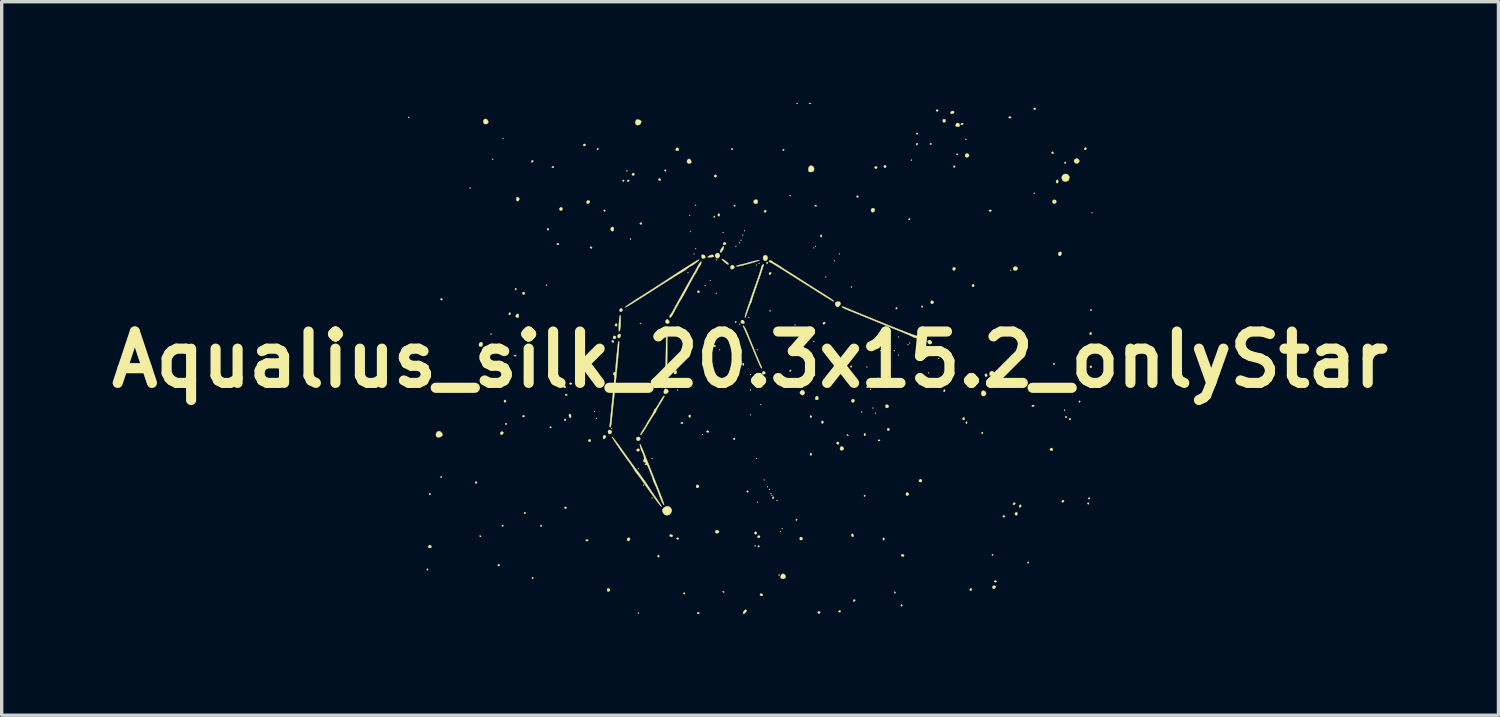
<source format=kicad_pcb>
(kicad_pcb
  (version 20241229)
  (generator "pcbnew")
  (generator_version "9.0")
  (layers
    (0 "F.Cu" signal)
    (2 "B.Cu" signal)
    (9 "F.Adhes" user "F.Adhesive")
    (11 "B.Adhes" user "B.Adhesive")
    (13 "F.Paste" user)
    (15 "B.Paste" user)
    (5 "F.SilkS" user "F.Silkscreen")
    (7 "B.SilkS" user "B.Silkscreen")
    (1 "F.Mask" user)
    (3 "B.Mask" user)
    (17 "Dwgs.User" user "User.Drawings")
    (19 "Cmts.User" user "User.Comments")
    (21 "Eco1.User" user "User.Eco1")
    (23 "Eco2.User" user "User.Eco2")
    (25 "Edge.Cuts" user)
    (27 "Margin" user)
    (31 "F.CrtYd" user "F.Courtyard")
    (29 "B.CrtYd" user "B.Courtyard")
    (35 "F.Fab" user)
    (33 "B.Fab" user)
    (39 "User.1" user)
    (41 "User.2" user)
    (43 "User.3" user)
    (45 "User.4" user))
  (footprint "Aqualius_silk_20.3x15.2_onlyStar"
    (layer "F.Cu")
    (at 19.202 7.62)
    (property "Reference" "Aqualius_silk_20.3x15.2_onlyStar" (at 0 0 0) (layer "F.SilkS") (effects (font (size 1.524 1.524) (thickness 0.3))))
    (attr through_hole)
    (fp_poly (pts (xy -7.315 -6.566) (xy -7.328 -6.553) (xy -7.341 -6.566) (xy -7.328 -6.579) (xy -7.315 -6.566)) (stroke (width 0.01) (type solid)) (fill yes) (layer "F.SilkS"))
    (fp_poly (pts (xy -4.597 1.537) (xy -4.61 1.549) (xy -4.623 1.537) (xy -4.61 1.524) (xy -4.597 1.537)) (stroke (width 0.01) (type solid)) (fill yes) (layer "F.SilkS"))
    (fp_poly (pts (xy -4.547 1.74) (xy -4.559 1.753) (xy -4.572 1.74) (xy -4.559 1.727) (xy -4.547 1.74)) (stroke (width 0.01) (type solid)) (fill yes) (layer "F.SilkS"))
    (fp_poly (pts (xy -4.166 0.775) (xy -4.178 0.787) (xy -4.191 0.775) (xy -4.178 0.762) (xy -4.166 0.775)) (stroke (width 0.01) (type solid)) (fill yes) (layer "F.SilkS"))
    (fp_poly (pts (xy -4.089 2.045) (xy -4.102 2.057) (xy -4.115 2.045) (xy -4.102 2.032) (xy -4.089 2.045)) (stroke (width 0.01) (type solid)) (fill yes) (layer "F.SilkS"))
    (fp_poly (pts (xy -3.302 3.239) (xy -3.315 3.251) (xy -3.327 3.239) (xy -3.315 3.226) (xy -3.302 3.239)) (stroke (width 0.01) (type solid)) (fill yes) (layer "F.SilkS"))
    (fp_poly (pts (xy -3.15 3.721) (xy -3.162 3.734) (xy -3.175 3.721) (xy -3.162 3.708) (xy -3.15 3.721)) (stroke (width 0.01) (type solid)) (fill yes) (layer "F.SilkS"))
    (fp_poly (pts (xy -2.896 2.934) (xy -2.908 2.946) (xy -2.921 2.934) (xy -2.908 2.921) (xy -2.896 2.934)) (stroke (width 0.01) (type solid)) (fill yes) (layer "F.SilkS"))
    (fp_poly (pts (xy -2.896 4.102) (xy -2.908 4.115) (xy -2.921 4.102) (xy -2.908 4.089) (xy -2.896 4.102)) (stroke (width 0.01) (type solid)) (fill yes) (layer "F.SilkS"))
    (fp_poly (pts (xy -2.134 0.902) (xy -2.146 0.914) (xy -2.159 0.902) (xy -2.146 0.889) (xy -2.134 0.902)) (stroke (width 0.01) (type solid)) (fill yes) (layer "F.SilkS"))
    (fp_poly (pts (xy -2.032 0.648) (xy -2.045 0.66) (xy -2.057 0.648) (xy -2.045 0.635) (xy -2.032 0.648)) (stroke (width 0.01) (type solid)) (fill yes) (layer "F.SilkS"))
    (fp_poly (pts (xy -1.829 -2.578) (xy -1.841 -2.565) (xy -1.854 -2.578) (xy -1.841 -2.591) (xy -1.829 -2.578)) (stroke (width 0.01) (type solid)) (fill yes) (layer "F.SilkS"))
    (fp_poly (pts (xy -1.778 -4.28) (xy -1.791 -4.267) (xy -1.803 -4.28) (xy -1.791 -4.293) (xy -1.778 -4.28)) (stroke (width 0.01) (type solid)) (fill yes) (layer "F.SilkS"))
    (fp_poly (pts (xy -1.753 -3.797) (xy -1.765 -3.785) (xy -1.778 -3.797) (xy -1.765 -3.81) (xy -1.753 -3.797)) (stroke (width 0.01) (type solid)) (fill yes) (layer "F.SilkS"))
    (fp_poly (pts (xy -1.651 -3.137) (xy -1.664 -3.124) (xy -1.676 -3.137) (xy -1.664 -3.15) (xy -1.651 -3.137)) (stroke (width 0.01) (type solid)) (fill yes) (layer "F.SilkS"))
    (fp_poly (pts (xy -1.6 -4.585) (xy -1.613 -4.572) (xy -1.626 -4.585) (xy -1.613 -4.597) (xy -1.6 -4.585)) (stroke (width 0.01) (type solid)) (fill yes) (layer "F.SilkS"))
    (fp_poly (pts (xy -1.6 -3.289) (xy -1.613 -3.277) (xy -1.626 -3.289) (xy -1.613 -3.302) (xy -1.6 -3.289)) (stroke (width 0.01) (type solid)) (fill yes) (layer "F.SilkS"))
    (fp_poly (pts (xy -1.397 2.223) (xy -1.41 2.235) (xy -1.422 2.223) (xy -1.41 2.21) (xy -1.397 2.223)) (stroke (width 0.01) (type solid)) (fill yes) (layer "F.SilkS"))
    (fp_poly (pts (xy -1.321 -2.197) (xy -1.333 -2.184) (xy -1.346 -2.197) (xy -1.333 -2.21) (xy -1.321 -2.197)) (stroke (width 0.01) (type solid)) (fill yes) (layer "F.SilkS"))
    (fp_poly (pts (xy -1.194 -0.699) (xy -1.206 -0.686) (xy -1.219 -0.699) (xy -1.206 -0.711) (xy -1.194 -0.699)) (stroke (width 0.01) (type solid)) (fill yes) (layer "F.SilkS"))
    (fp_poly (pts (xy -1.168 -2.349) (xy -1.181 -2.337) (xy -1.194 -2.349) (xy -1.181 -2.362) (xy -1.168 -2.349)) (stroke (width 0.01) (type solid)) (fill yes) (layer "F.SilkS"))
    (fp_poly (pts (xy -0.991 -2.959) (xy -1.003 -2.946) (xy -1.016 -2.959) (xy -1.003 -2.972) (xy -0.991 -2.959)) (stroke (width 0.01) (type solid)) (fill yes) (layer "F.SilkS"))
    (fp_poly (pts (xy -0.991 -1.968) (xy -1.003 -1.956) (xy -1.016 -1.968) (xy -1.003 -1.981) (xy -0.991 -1.968)) (stroke (width 0.01) (type solid)) (fill yes) (layer "F.SilkS"))
    (fp_poly (pts (xy -0.889 -0.292) (xy -0.902 -0.279) (xy -0.914 -0.292) (xy -0.902 -0.305) (xy -0.889 -0.292)) (stroke (width 0.01) (type solid)) (fill yes) (layer "F.SilkS"))
    (fp_poly (pts (xy -0.787 -3.772) (xy -0.8 -3.759) (xy -0.813 -3.772) (xy -0.8 -3.785) (xy -0.787 -3.772)) (stroke (width 0.01) (type solid)) (fill yes) (layer "F.SilkS"))
    (fp_poly (pts (xy -0.406 -3.365) (xy -0.419 -3.353) (xy -0.432 -3.365) (xy -0.419 -3.378) (xy -0.406 -3.365)) (stroke (width 0.01) (type solid)) (fill yes) (layer "F.SilkS"))
    (fp_poly (pts (xy -0.305 -3.467) (xy -0.318 -3.454) (xy -0.33 -3.467) (xy -0.318 -3.48) (xy -0.305 -3.467)) (stroke (width 0.01) (type solid)) (fill yes) (layer "F.SilkS"))
    (fp_poly (pts (xy -0.305 -1.054) (xy -0.318 -1.041) (xy -0.33 -1.054) (xy -0.318 -1.067) (xy -0.305 -1.054)) (stroke (width 0.01) (type solid)) (fill yes) (layer "F.SilkS"))
    (fp_poly (pts (xy -0.254 -3.543) (xy -0.267 -3.531) (xy -0.279 -3.543) (xy -0.267 -3.556) (xy -0.254 -3.543)) (stroke (width 0.01) (type solid)) (fill yes) (layer "F.SilkS"))
    (fp_poly (pts (xy -0.203 -3.696) (xy -0.216 -3.683) (xy -0.229 -3.696) (xy -0.216 -3.708) (xy -0.203 -3.696)) (stroke (width 0.01) (type solid)) (fill yes) (layer "F.SilkS"))
    (fp_poly (pts (xy -0.152 -3.823) (xy -0.165 -3.81) (xy -0.178 -3.823) (xy -0.165 -3.835) (xy -0.152 -3.823)) (stroke (width 0.01) (type solid)) (fill yes) (layer "F.SilkS"))
    (fp_poly (pts (xy -0.025 -1.257) (xy -0.038 -1.245) (xy -0.051 -1.257) (xy -0.038 -1.27) (xy -0.025 -1.257)) (stroke (width 0.01) (type solid)) (fill yes) (layer "F.SilkS"))
    (fp_poly (pts (xy 0.025 0.445) (xy 0.013 0.457) (xy 0 0.445) (xy 0.013 0.432) (xy 0.025 0.445)) (stroke (width 0.01) (type solid)) (fill yes) (layer "F.SilkS"))
    (fp_poly (pts (xy 0.025 0.902) (xy 0.013 0.914) (xy 0 0.902) (xy 0.013 0.889) (xy 0.025 0.902)) (stroke (width 0.01) (type solid)) (fill yes) (layer "F.SilkS"))
    (fp_poly (pts (xy 0.025 1.638) (xy 0.013 1.651) (xy 0 1.638) (xy 0.013 1.626) (xy 0.025 1.638)) (stroke (width 0.01) (type solid)) (fill yes) (layer "F.SilkS"))
    (fp_poly (pts (xy 0.203 -2.807) (xy 0.191 -2.794) (xy 0.178 -2.807) (xy 0.191 -2.819) (xy 0.203 -2.807)) (stroke (width 0.01) (type solid)) (fill yes) (layer "F.SilkS"))
    (fp_poly (pts (xy 0.203 2.934) (xy 0.191 2.946) (xy 0.178 2.934) (xy 0.191 2.921) (xy 0.203 2.934)) (stroke (width 0.01) (type solid)) (fill yes) (layer "F.SilkS"))
    (fp_poly (pts (xy 0.229 -0.292) (xy 0.216 -0.279) (xy 0.203 -0.292) (xy 0.216 -0.305) (xy 0.229 -0.292)) (stroke (width 0.01) (type solid)) (fill yes) (layer "F.SilkS"))
    (fp_poly (pts (xy 0.229 4.229) (xy 0.216 4.242) (xy 0.203 4.229) (xy 0.216 4.216) (xy 0.229 4.229)) (stroke (width 0.01) (type solid)) (fill yes) (layer "F.SilkS"))
    (fp_poly (pts (xy 0.279 -2.857) (xy 0.267 -2.845) (xy 0.254 -2.857) (xy 0.267 -2.87) (xy 0.279 -2.857)) (stroke (width 0.01) (type solid)) (fill yes) (layer "F.SilkS"))
    (fp_poly (pts (xy 0.33 1.333) (xy 0.318 1.346) (xy 0.305 1.333) (xy 0.318 1.321) (xy 0.33 1.333)) (stroke (width 0.01) (type solid)) (fill yes) (layer "F.SilkS"))
    (fp_poly (pts (xy 0.432 3.569) (xy 0.419 3.581) (xy 0.406 3.569) (xy 0.419 3.556) (xy 0.432 3.569)) (stroke (width 0.01) (type solid)) (fill yes) (layer "F.SilkS"))
    (fp_poly (pts (xy 0.533 3.772) (xy 0.521 3.785) (xy 0.508 3.772) (xy 0.521 3.759) (xy 0.533 3.772)) (stroke (width 0.01) (type solid)) (fill yes) (layer "F.SilkS"))
    (fp_poly (pts (xy 0.584 3.848) (xy 0.572 3.861) (xy 0.559 3.848) (xy 0.572 3.835) (xy 0.584 3.848)) (stroke (width 0.01) (type solid)) (fill yes) (layer "F.SilkS"))
    (fp_poly (pts (xy 0.635 3.975) (xy 0.622 3.988) (xy 0.61 3.975) (xy 0.622 3.962) (xy 0.635 3.975)) (stroke (width 0.01) (type solid)) (fill yes) (layer "F.SilkS"))
    (fp_poly (pts (xy 0.66 4.026) (xy 0.648 4.039) (xy 0.635 4.026) (xy 0.648 4.013) (xy 0.66 4.026)) (stroke (width 0.01) (type solid)) (fill yes) (layer "F.SilkS"))
    (fp_poly (pts (xy 0.813 4.178) (xy 0.8 4.191) (xy 0.787 4.178) (xy 0.8 4.166) (xy 0.813 4.178)) (stroke (width 0.01) (type solid)) (fill yes) (layer "F.SilkS"))
    (fp_poly (pts (xy 0.914 5.093) (xy 0.902 5.105) (xy 0.889 5.093) (xy 0.902 5.08) (xy 0.914 5.093)) (stroke (width 0.01) (type solid)) (fill yes) (layer "F.SilkS"))
    (fp_poly (pts (xy 0.965 5.016) (xy 0.953 5.029) (xy 0.94 5.016) (xy 0.953 5.004) (xy 0.965 5.016)) (stroke (width 0.01) (type solid)) (fill yes) (layer "F.SilkS"))
    (fp_poly (pts (xy 1.346 -1.029) (xy 1.333 -1.016) (xy 1.321 -1.029) (xy 1.333 -1.041) (xy 1.346 -1.029)) (stroke (width 0.01) (type solid)) (fill yes) (layer "F.SilkS"))
    (fp_poly (pts (xy 1.905 -3.315) (xy 1.892 -3.302) (xy 1.88 -3.315) (xy 1.892 -3.327) (xy 1.905 -3.315)) (stroke (width 0.01) (type solid)) (fill yes) (layer "F.SilkS"))
    (fp_poly (pts (xy 1.905 -0.546) (xy 1.892 -0.533) (xy 1.88 -0.546) (xy 1.892 -0.559) (xy 1.905 -0.546)) (stroke (width 0.01) (type solid)) (fill yes) (layer "F.SilkS"))
    (fp_poly (pts (xy 1.956 -3.365) (xy 1.943 -3.353) (xy 1.93 -3.365) (xy 1.943 -3.378) (xy 1.956 -3.365)) (stroke (width 0.01) (type solid)) (fill yes) (layer "F.SilkS"))
    (fp_poly (pts (xy 2.261 -2.451) (xy 2.248 -2.438) (xy 2.235 -2.451) (xy 2.248 -2.464) (xy 2.261 -2.451)) (stroke (width 0.01) (type solid)) (fill yes) (layer "F.SilkS"))
    (fp_poly (pts (xy 2.515 -2.934) (xy 2.502 -2.921) (xy 2.489 -2.934) (xy 2.502 -2.946) (xy 2.515 -2.934)) (stroke (width 0.01) (type solid)) (fill yes) (layer "F.SilkS"))
    (fp_poly (pts (xy 2.667 -3.137) (xy 2.654 -3.124) (xy 2.642 -3.137) (xy 2.654 -3.15) (xy 2.667 -3.137)) (stroke (width 0.01) (type solid)) (fill yes) (layer "F.SilkS"))
    (fp_poly (pts (xy 3.48 0.216) (xy 3.467 0.229) (xy 3.454 0.216) (xy 3.467 0.203) (xy 3.48 0.216)) (stroke (width 0.01) (type solid)) (fill yes) (layer "F.SilkS"))
    (fp_poly (pts (xy 3.581 0.876) (xy 3.569 0.889) (xy 3.556 0.876) (xy 3.569 0.864) (xy 3.581 0.876)) (stroke (width 0.01) (type solid)) (fill yes) (layer "F.SilkS"))
    (fp_poly (pts (xy 3.632 0.8) (xy 3.619 0.813) (xy 3.607 0.8) (xy 3.619 0.787) (xy 3.632 0.8)) (stroke (width 0.01) (type solid)) (fill yes) (layer "F.SilkS"))
    (fp_poly (pts (xy 3.658 1.435) (xy 3.645 1.448) (xy 3.632 1.435) (xy 3.645 1.422) (xy 3.658 1.435)) (stroke (width 0.01) (type solid)) (fill yes) (layer "F.SilkS"))
    (fp_poly (pts (xy 3.683 0.699) (xy 3.67 0.711) (xy 3.658 0.699) (xy 3.67 0.686) (xy 3.683 0.699)) (stroke (width 0.01) (type solid)) (fill yes) (layer "F.SilkS"))
    (fp_poly (pts (xy 3.734 -0.521) (xy 3.721 -0.508) (xy 3.708 -0.521) (xy 3.721 -0.533) (xy 3.734 -0.521)) (stroke (width 0.01) (type solid)) (fill yes) (layer "F.SilkS"))
    (fp_poly (pts (xy 3.734 0.673) (xy 3.721 0.686) (xy 3.708 0.673) (xy 3.721 0.66) (xy 3.734 0.673)) (stroke (width 0.01) (type solid)) (fill yes) (layer "F.SilkS"))
    (fp_poly (pts (xy 3.734 1.587) (xy 3.721 1.6) (xy 3.708 1.587) (xy 3.721 1.575) (xy 3.734 1.587)) (stroke (width 0.01) (type solid)) (fill yes) (layer "F.SilkS"))
    (fp_poly (pts (xy 3.81 0.546) (xy 3.797 0.559) (xy 3.785 0.546) (xy 3.797 0.533) (xy 3.81 0.546)) (stroke (width 0.01) (type solid)) (fill yes) (layer "F.SilkS"))
    (fp_poly (pts (xy 3.886 -0.267) (xy 3.873 -0.254) (xy 3.861 -0.267) (xy 3.873 -0.279) (xy 3.886 -0.267)) (stroke (width 0.01) (type solid)) (fill yes) (layer "F.SilkS"))
    (fp_poly (pts (xy 4.14 -0.165) (xy 4.128 -0.152) (xy 4.115 -0.165) (xy 4.128 -0.178) (xy 4.14 -0.165)) (stroke (width 0.01) (type solid)) (fill yes) (layer "F.SilkS"))
    (fp_poly (pts (xy 4.166 0.216) (xy 4.153 0.229) (xy 4.14 0.216) (xy 4.153 0.203) (xy 4.166 0.216)) (stroke (width 0.01) (type solid)) (fill yes) (layer "F.SilkS"))
    (fp_poly (pts (xy 4.293 -0.267) (xy 4.28 -0.254) (xy 4.267 -0.267) (xy 4.28 -0.279) (xy 4.293 -0.267)) (stroke (width 0.01) (type solid)) (fill yes) (layer "F.SilkS"))
    (fp_poly (pts (xy 4.42 -0.673) (xy 4.407 -0.66) (xy 4.394 -0.673) (xy 4.407 -0.686) (xy 4.42 -0.673)) (stroke (width 0.01) (type solid)) (fill yes) (layer "F.SilkS"))
    (fp_poly (pts (xy 4.42 -0.14) (xy 4.407 -0.127) (xy 4.394 -0.14) (xy 4.407 -0.152) (xy 4.42 -0.14)) (stroke (width 0.01) (type solid)) (fill yes) (layer "F.SilkS"))
    (fp_poly (pts (xy 4.699 -0.445) (xy 4.686 -0.432) (xy 4.674 -0.445) (xy 4.686 -0.457) (xy 4.699 -0.445)) (stroke (width 0.01) (type solid)) (fill yes) (layer "F.SilkS"))
    (fp_poly (pts (xy 4.75 -0.495) (xy 4.737 -0.483) (xy 4.724 -0.495) (xy 4.737 -0.508) (xy 4.75 -0.495)) (stroke (width 0.01) (type solid)) (fill yes) (layer "F.SilkS"))
    (fp_poly (pts (xy 5.309 0.394) (xy 5.296 0.406) (xy 5.283 0.394) (xy 5.296 0.381) (xy 5.309 0.394)) (stroke (width 0.01) (type solid)) (fill yes) (layer "F.SilkS"))
    (fp_poly (pts (xy 5.613 -0.038) (xy 5.601 -0.025) (xy 5.588 -0.038) (xy 5.601 -0.051) (xy 5.613 -0.038)) (stroke (width 0.01) (type solid)) (fill yes) (layer "F.SilkS"))
    (fp_poly (pts (xy 7.747 -2.654) (xy 7.734 -2.642) (xy 7.722 -2.654) (xy 7.734 -2.667) (xy 7.747 -2.654)) (stroke (width 0.01) (type solid)) (fill yes) (layer "F.SilkS"))
    (fp_poly (pts (xy 10.16 -4.356) (xy 10.147 -4.343) (xy 10.135 -4.356) (xy 10.147 -4.369) (xy 10.16 -4.356)) (stroke (width 0.01) (type solid)) (fill yes) (layer "F.SilkS"))
    (fp_poly (pts (xy -10.118 -7.205) (xy -10.115 -7.175) (xy -10.118 -7.171) (xy -10.133 -7.175) (xy -10.135 -7.188) (xy -10.125 -7.209) (xy -10.118 -7.205)) (stroke (width 0.01) (type solid)) (fill yes) (layer "F.SilkS"))
    (fp_poly (pts (xy -8.289 -5.097) (xy -8.292 -5.082) (xy -8.306 -5.08) (xy -8.327 -5.089) (xy -8.323 -5.097) (xy -8.293 -5.1) (xy -8.289 -5.097)) (stroke (width 0.01) (type solid)) (fill yes) (layer "F.SilkS"))
    (fp_poly (pts (xy -7.679 -0.779) (xy -7.676 -0.749) (xy -7.679 -0.745) (xy -7.694 -0.749) (xy -7.696 -0.762) (xy -7.687 -0.783) (xy -7.679 -0.779)) (stroke (width 0.01) (type solid)) (fill yes) (layer "F.SilkS"))
    (fp_poly (pts (xy -7.628 -5.961) (xy -7.625 -5.93) (xy -7.628 -5.927) (xy -7.644 -5.93) (xy -7.645 -5.944) (xy -7.636 -5.965) (xy -7.628 -5.961)) (stroke (width 0.01) (type solid)) (fill yes) (layer "F.SilkS"))
    (fp_poly (pts (xy -6.028 -2.227) (xy -6.025 -2.197) (xy -6.028 -2.193) (xy -6.043 -2.196) (xy -6.045 -2.21) (xy -6.036 -2.231) (xy -6.028 -2.227)) (stroke (width 0.01) (type solid)) (fill yes) (layer "F.SilkS"))
    (fp_poly (pts (xy -3.641 -5.605) (xy -3.644 -5.59) (xy -3.658 -5.588) (xy -3.679 -5.597) (xy -3.675 -5.605) (xy -3.644 -5.608) (xy -3.641 -5.605)) (stroke (width 0.01) (type solid)) (fill yes) (layer "F.SilkS"))
    (fp_poly (pts (xy -3.539 -3.598) (xy -3.536 -3.568) (xy -3.539 -3.564) (xy -3.554 -3.568) (xy -3.556 -3.581) (xy -3.547 -3.602) (xy -3.539 -3.598)) (stroke (width 0.01) (type solid)) (fill yes) (layer "F.SilkS"))
    (fp_poly (pts (xy -3.31 7.501) (xy -3.307 7.532) (xy -3.31 7.535) (xy -3.326 7.532) (xy -3.327 7.518) (xy -3.318 7.497) (xy -3.31 7.501)) (stroke (width 0.01) (type solid)) (fill yes) (layer "F.SilkS"))
    (fp_poly (pts (xy -3.234 -1.084) (xy -3.238 -1.069) (xy -3.251 -1.067) (xy -3.272 -1.076) (xy -3.268 -1.084) (xy -3.238 -1.087) (xy -3.234 -1.084)) (stroke (width 0.01) (type solid)) (fill yes) (layer "F.SilkS"))
    (fp_poly (pts (xy 0.169 5.52) (xy 0.166 5.535) (xy 0.152 5.537) (xy 0.131 5.528) (xy 0.135 5.52) (xy 0.166 5.517) (xy 0.169 5.52)) (stroke (width 0.01) (type solid)) (fill yes) (layer "F.SilkS"))
    (fp_poly (pts (xy 0.601 -1.465) (xy 0.604 -1.435) (xy 0.601 -1.431) (xy 0.586 -1.434) (xy 0.584 -1.448) (xy 0.593 -1.469) (xy 0.601 -1.465)) (stroke (width 0.01) (type solid)) (fill yes) (layer "F.SilkS"))
    (fp_poly (pts (xy 0.881 6.384) (xy 0.877 6.399) (xy 0.864 6.401) (xy 0.843 6.392) (xy 0.847 6.384) (xy 0.877 6.381) (xy 0.881 6.384)) (stroke (width 0.01) (type solid)) (fill yes) (layer "F.SilkS"))
    (fp_poly (pts (xy 1.211 -4.868) (xy 1.207 -4.853) (xy 1.194 -4.851) (xy 1.173 -4.861) (xy 1.177 -4.868) (xy 1.207 -4.871) (xy 1.211 -4.868)) (stroke (width 0.01) (type solid)) (fill yes) (layer "F.SilkS"))
    (fp_poly (pts (xy 1.414 -7.612) (xy 1.41 -7.596) (xy 1.397 -7.595) (xy 1.376 -7.604) (xy 1.38 -7.612) (xy 1.41 -7.615) (xy 1.414 -7.612)) (stroke (width 0.01) (type solid)) (fill yes) (layer "F.SilkS"))
    (fp_poly (pts (xy 1.81 -7.611) (xy 1.813 -7.602) (xy 1.778 -7.599) (xy 1.742 -7.603) (xy 1.746 -7.611) (xy 1.798 -7.615) (xy 1.81 -7.611)) (stroke (width 0.01) (type solid)) (fill yes) (layer "F.SilkS"))
    (fp_poly (pts (xy 3.014 -2.176) (xy 3.017 -2.146) (xy 3.014 -2.142) (xy 2.999 -2.146) (xy 2.997 -2.159) (xy 3.006 -2.18) (xy 3.014 -2.176)) (stroke (width 0.01) (type solid)) (fill yes) (layer "F.SilkS"))
    (fp_poly (pts (xy 3.319 1.532) (xy 3.322 1.563) (xy 3.319 1.566) (xy 3.304 1.563) (xy 3.302 1.549) (xy 3.311 1.528) (xy 3.319 1.532)) (stroke (width 0.01) (type solid)) (fill yes) (layer "F.SilkS"))
    (fp_poly (pts (xy 4.792 -5.935) (xy 4.795 -5.905) (xy 4.792 -5.901) (xy 4.777 -5.905) (xy 4.775 -5.918) (xy 4.784 -5.939) (xy 4.792 -5.935)) (stroke (width 0.01) (type solid)) (fill yes) (layer "F.SilkS"))
    (fp_poly (pts (xy 6.418 -6.545) (xy 6.414 -6.53) (xy 6.401 -6.528) (xy 6.38 -6.537) (xy 6.384 -6.545) (xy 6.414 -6.548) (xy 6.418 -6.545)) (stroke (width 0.01) (type solid)) (fill yes) (layer "F.SilkS"))
    (fp_poly (pts (xy 8.45 -4.945) (xy 8.446 -4.929) (xy 8.433 -4.928) (xy 8.412 -4.937) (xy 8.416 -4.945) (xy 8.446 -4.948) (xy 8.45 -4.945)) (stroke (width 0.01) (type solid)) (fill yes) (layer "F.SilkS"))
    (fp_poly (pts (xy 9.339 1.482) (xy 9.342 1.512) (xy 9.339 1.516) (xy 9.324 1.512) (xy 9.322 1.499) (xy 9.331 1.478) (xy 9.339 1.482)) (stroke (width 0.01) (type solid)) (fill yes) (layer "F.SilkS"))
    (fp_poly (pts (xy -9.556 0.165) (xy -9.531 0.198) (xy -9.542 0.224) (xy -9.561 0.229) (xy -9.596 0.208) (xy -9.601 0.188) (xy -9.586 0.161) (xy -9.556 0.165)) (stroke (width 0.01) (type solid)) (fill yes) (layer "F.SilkS"))
    (fp_poly (pts (xy -7.101 -1.381) (xy -7.107 -1.348) (xy -7.133 -1.326) (xy -7.159 -1.334) (xy -7.159 -1.357) (xy -7.139 -1.393) (xy -7.125 -1.398) (xy -7.101 -1.381)) (stroke (width 0.01) (type solid)) (fill yes) (layer "F.SilkS"))
    (fp_poly (pts (xy -6.958 -0.139) (xy -6.935 -0.114) (xy -6.961 -0.102) (xy -6.974 -0.102) (xy -7 -0.114) (xy -6.997 -0.127) (xy -6.967 -0.142) (xy -6.958 -0.139)) (stroke (width 0.01) (type solid)) (fill yes) (layer "F.SilkS"))
    (fp_poly (pts (xy -6.938 -2.115) (xy -6.934 -2.097) (xy -6.943 -2.06) (xy -6.965 -2.071) (xy -6.971 -2.081) (xy -6.968 -2.114) (xy -6.96 -2.121) (xy -6.938 -2.115)) (stroke (width 0.01) (type solid)) (fill yes) (layer "F.SilkS"))
    (fp_poly (pts (xy -6.43 -5.888) (xy -6.444 -5.865) (xy -6.476 -5.852) (xy -6.487 -5.863) (xy -6.485 -5.898) (xy -6.476 -5.906) (xy -6.44 -5.912) (xy -6.43 -5.888)) (stroke (width 0.01) (type solid)) (fill yes) (layer "F.SilkS"))
    (fp_poly (pts (xy -5.473 0.793) (xy -5.469 0.824) (xy -5.497 0.838) (xy -5.532 0.818) (xy -5.537 0.798) (xy -5.522 0.768) (xy -5.507 0.768) (xy -5.473 0.793)) (stroke (width 0.01) (type solid)) (fill yes) (layer "F.SilkS"))
    (fp_poly (pts (xy -4.498 -6.267) (xy -4.494 -6.255) (xy -4.512 -6.232) (xy -4.522 -6.227) (xy -4.544 -6.235) (xy -4.543 -6.247) (xy -4.521 -6.273) (xy -4.498 -6.267)) (stroke (width 0.01) (type solid)) (fill yes) (layer "F.SilkS"))
    (fp_poly (pts (xy -3.958 -1.067) (xy -3.942 -1.035) (xy -3.952 -0.997) (xy -3.975 -0.991) (xy -4.007 -1.009) (xy -4.009 -1.03) (xy -3.987 -1.069) (xy -3.958 -1.067)) (stroke (width 0.01) (type solid)) (fill yes) (layer "F.SilkS"))
    (fp_poly (pts (xy -2.654 -5.354) (xy -2.65 -5.323) (xy -2.678 -5.309) (xy -2.713 -5.329) (xy -2.718 -5.349) (xy -2.703 -5.378) (xy -2.688 -5.379) (xy -2.654 -5.354)) (stroke (width 0.01) (type solid)) (fill yes) (layer "F.SilkS"))
    (fp_poly (pts (xy -0.18 0.132) (xy -0.183 0.156) (xy -0.197 0.175) (xy -0.214 0.156) (xy -0.223 0.118) (xy -0.218 0.108) (xy -0.193 0.104) (xy -0.18 0.132)) (stroke (width 0.01) (type solid)) (fill yes) (layer "F.SilkS"))
    (fp_poly (pts (xy 0.284 5.227) (xy 0.299 5.253) (xy 0.287 5.277) (xy 0.257 5.283) (xy 0.219 5.272) (xy 0.22 5.244) (xy 0.249 5.215) (xy 0.284 5.227)) (stroke (width 0.01) (type solid)) (fill yes) (layer "F.SilkS"))
    (fp_poly (pts (xy 0.483 -4.409) (xy 0.462 -4.374) (xy 0.442 -4.369) (xy 0.413 -4.384) (xy 0.412 -4.399) (xy 0.438 -4.433) (xy 0.468 -4.437) (xy 0.483 -4.409)) (stroke (width 0.01) (type solid)) (fill yes) (layer "F.SilkS"))
    (fp_poly (pts (xy 0.627 -2.576) (xy 0.622 -2.546) (xy 0.589 -2.52) (xy 0.563 -2.531) (xy 0.559 -2.551) (xy 0.579 -2.586) (xy 0.599 -2.591) (xy 0.627 -2.576)) (stroke (width 0.01) (type solid)) (fill yes) (layer "F.SilkS"))
    (fp_poly (pts (xy 1.221 0.319) (xy 1.206 0.345) (xy 1.193 0.352) (xy 1.171 0.344) (xy 1.172 0.331) (xy 1.194 0.304) (xy 1.201 0.303) (xy 1.221 0.319)) (stroke (width 0.01) (type solid)) (fill yes) (layer "F.SilkS"))
    (fp_poly (pts (xy 1.755 -0.795) (xy 1.768 -0.763) (xy 1.757 -0.752) (xy 1.722 -0.754) (xy 1.714 -0.763) (xy 1.708 -0.799) (xy 1.732 -0.809) (xy 1.755 -0.795)) (stroke (width 0.01) (type solid)) (fill yes) (layer "F.SilkS"))
    (fp_poly (pts (xy 1.958 -4.584) (xy 1.98 -4.559) (xy 1.954 -4.547) (xy 1.942 -4.547) (xy 1.915 -4.559) (xy 1.918 -4.572) (xy 1.948 -4.587) (xy 1.958 -4.584)) (stroke (width 0.01) (type solid)) (fill yes) (layer "F.SilkS"))
    (fp_poly (pts (xy 2.229 -1.103) (xy 2.229 -1.087) (xy 2.204 -1.054) (xy 2.174 -1.05) (xy 2.159 -1.077) (xy 2.179 -1.112) (xy 2.199 -1.118) (xy 2.229 -1.103)) (stroke (width 0.01) (type solid)) (fill yes) (layer "F.SilkS"))
    (fp_poly (pts (xy 3.12 7.143) (xy 3.106 7.165) (xy 3.074 7.178) (xy 3.063 7.167) (xy 3.065 7.132) (xy 3.075 7.124) (xy 3.111 7.118) (xy 3.12 7.143)) (stroke (width 0.01) (type solid)) (fill yes) (layer "F.SilkS"))
    (fp_poly (pts (xy 3.837 2.376) (xy 3.86 2.401) (xy 3.834 2.413) (xy 3.821 2.413) (xy 3.795 2.401) (xy 3.798 2.387) (xy 3.828 2.373) (xy 3.837 2.376)) (stroke (width 0.01) (type solid)) (fill yes) (layer "F.SilkS"))
    (fp_poly (pts (xy 4.751 -4.176) (xy 4.737 -4.151) (xy 4.723 -4.144) (xy 4.701 -4.152) (xy 4.703 -4.164) (xy 4.724 -4.192) (xy 4.731 -4.193) (xy 4.751 -4.176)) (stroke (width 0.01) (type solid)) (fill yes) (layer "F.SilkS"))
    (fp_poly (pts (xy 6.326 -6.998) (xy 6.306 -6.972) (xy 6.285 -6.964) (xy 6.254 -6.97) (xy 6.254 -6.989) (xy 6.279 -7.018) (xy 6.311 -7.02) (xy 6.326 -6.998)) (stroke (width 0.01) (type solid)) (fill yes) (layer "F.SilkS"))
    (fp_poly (pts (xy 6.427 1.842) (xy 6.441 1.872) (xy 6.438 1.881) (xy 6.413 1.904) (xy 6.401 1.878) (xy 6.401 1.865) (xy 6.413 1.839) (xy 6.427 1.842)) (stroke (width 0.01) (type solid)) (fill yes) (layer "F.SilkS"))
    (fp_poly (pts (xy 6.634 -2.236) (xy 6.65 -2.203) (xy 6.64 -2.166) (xy 6.617 -2.159) (xy 6.585 -2.177) (xy 6.583 -2.198) (xy 6.605 -2.237) (xy 6.634 -2.236)) (stroke (width 0.01) (type solid)) (fill yes) (layer "F.SilkS"))
    (fp_poly (pts (xy 6.905 2.152) (xy 6.909 2.17) (xy 6.9 2.207) (xy 6.878 2.196) (xy 6.872 2.186) (xy 6.875 2.154) (xy 6.883 2.147) (xy 6.905 2.152)) (stroke (width 0.01) (type solid)) (fill yes) (layer "F.SilkS"))
    (fp_poly (pts (xy 7.868 4.257) (xy 7.868 4.272) (xy 7.843 4.306) (xy 7.812 4.31) (xy 7.798 4.282) (xy 7.818 4.247) (xy 7.838 4.242) (xy 7.868 4.257)) (stroke (width 0.01) (type solid)) (fill yes) (layer "F.SilkS"))
    (fp_poly (pts (xy 8.994 -6.154) (xy 9.007 -6.122) (xy 8.996 -6.111) (xy 8.961 -6.113) (xy 8.953 -6.123) (xy 8.947 -6.159) (xy 8.971 -6.168) (xy 8.994 -6.154)) (stroke (width 0.01) (type solid)) (fill yes) (layer "F.SilkS"))
    (fp_poly (pts (xy 9.315 4.18) (xy 9.316 4.196) (xy 9.291 4.229) (xy 9.26 4.234) (xy 9.246 4.206) (xy 9.266 4.171) (xy 9.286 4.166) (xy 9.315 4.18)) (stroke (width 0.01) (type solid)) (fill yes) (layer "F.SilkS"))
    (fp_poly (pts (xy 9.982 -6.263) (xy 9.962 -6.228) (xy 9.942 -6.223) (xy 9.912 -6.238) (xy 9.912 -6.253) (xy 9.937 -6.287) (xy 9.968 -6.291) (xy 9.982 -6.263)) (stroke (width 0.01) (type solid)) (fill yes) (layer "F.SilkS"))
    (fp_poly (pts (xy -9.551 6.217) (xy -9.55 6.223) (xy -9.57 6.247) (xy -9.577 6.248) (xy -9.592 6.233) (xy -9.588 6.223) (xy -9.566 6.199) (xy -9.562 6.198) (xy -9.551 6.217)) (stroke (width 0.01) (type solid)) (fill yes) (layer "F.SilkS"))
    (fp_poly (pts (xy -9.475 3.982) (xy -9.474 3.988) (xy -9.494 4.012) (xy -9.5 4.013) (xy -9.524 3.994) (xy -9.525 3.988) (xy -9.506 3.963) (xy -9.5 3.962) (xy -9.475 3.982)) (stroke (width 0.01) (type solid)) (fill yes) (layer "F.SilkS"))
    (fp_poly (pts (xy -9.464 5.52) (xy -9.454 5.544) (xy -9.462 5.58) (xy -9.5 5.588) (xy -9.541 5.575) (xy -9.546 5.544) (xy -9.521 5.506) (xy -9.5 5.499) (xy -9.464 5.52)) (stroke (width 0.01) (type solid)) (fill yes) (layer "F.SilkS"))
    (fp_poly (pts (xy -9.144 3.474) (xy -9.144 3.48) (xy -9.164 3.504) (xy -9.171 3.505) (xy -9.186 3.49) (xy -9.182 3.48) (xy -9.159 3.456) (xy -9.155 3.454) (xy -9.144 3.474)) (stroke (width 0.01) (type solid)) (fill yes) (layer "F.SilkS"))
    (fp_poly (pts (xy -9.138 -1.812) (xy -9.133 -1.806) (xy -9.135 -1.772) (xy -9.142 -1.767) (xy -9.175 -1.769) (xy -9.181 -1.776) (xy -9.178 -1.809) (xy -9.172 -1.815) (xy -9.138 -1.812)) (stroke (width 0.01) (type solid)) (fill yes) (layer "F.SilkS"))
    (fp_poly (pts (xy -8.1 3.638) (xy -8.099 3.645) (xy -8.119 3.675) (xy -8.126 3.678) (xy -8.149 3.666) (xy -8.153 3.645) (xy -8.141 3.613) (xy -8.126 3.612) (xy -8.1 3.638)) (stroke (width 0.01) (type solid)) (fill yes) (layer "F.SilkS"))
    (fp_poly (pts (xy -8.001 5.22) (xy -7.977 5.243) (xy -7.976 5.247) (xy -7.995 5.258) (xy -8.001 5.258) (xy -8.025 5.238) (xy -8.026 5.231) (xy -8.011 5.216) (xy -8.001 5.22)) (stroke (width 0.01) (type solid)) (fill yes) (layer "F.SilkS"))
    (fp_poly (pts (xy -7.425 6.087) (xy -7.422 6.094) (xy -7.434 6.117) (xy -7.455 6.121) (xy -7.487 6.109) (xy -7.488 6.094) (xy -7.462 6.068) (xy -7.455 6.067) (xy -7.425 6.087)) (stroke (width 0.01) (type solid)) (fill yes) (layer "F.SilkS"))
    (fp_poly (pts (xy -7.321 2.153) (xy -7.32 2.176) (xy -7.343 2.218) (xy -7.379 2.229) (xy -7.403 2.211) (xy -7.407 2.168) (xy -7.374 2.138) (xy -7.35 2.134) (xy -7.321 2.153)) (stroke (width 0.01) (type solid)) (fill yes) (layer "F.SilkS"))
    (fp_poly (pts (xy -7.316 4.922) (xy -7.315 4.928) (xy -7.335 4.952) (xy -7.341 4.953) (xy -7.365 4.934) (xy -7.366 4.928) (xy -7.347 4.903) (xy -7.341 4.902) (xy -7.316 4.922)) (stroke (width 0.01) (type solid)) (fill yes) (layer "F.SilkS"))
    (fp_poly (pts (xy -7.242 1.214) (xy -7.239 1.232) (xy -7.255 1.267) (xy -7.29 1.261) (xy -7.298 1.254) (xy -7.303 1.222) (xy -7.277 1.196) (xy -7.263 1.194) (xy -7.242 1.214)) (stroke (width 0.01) (type solid)) (fill yes) (layer "F.SilkS"))
    (fp_poly (pts (xy -7.214 1.899) (xy -7.214 1.905) (xy -7.233 1.93) (xy -7.239 1.93) (xy -7.264 1.911) (xy -7.264 1.905) (xy -7.245 1.88) (xy -7.239 1.88) (xy -7.214 1.899)) (stroke (width 0.01) (type solid)) (fill yes) (layer "F.SilkS"))
    (fp_poly (pts (xy -6.689 1.667) (xy -6.685 1.674) (xy -6.697 1.698) (xy -6.718 1.702) (xy -6.75 1.689) (xy -6.752 1.674) (xy -6.725 1.648) (xy -6.718 1.647) (xy -6.689 1.667)) (stroke (width 0.01) (type solid)) (fill yes) (layer "F.SilkS"))
    (fp_poly (pts (xy -6.685 -1.986) (xy -6.68 -1.968) (xy -6.701 -1.935) (xy -6.718 -1.93) (xy -6.752 -1.951) (xy -6.756 -1.968) (xy -6.736 -2.002) (xy -6.718 -2.007) (xy -6.685 -1.986)) (stroke (width 0.01) (type solid)) (fill yes) (layer "F.SilkS"))
    (fp_poly (pts (xy -6.656 4.541) (xy -6.655 4.547) (xy -6.674 4.571) (xy -6.68 4.572) (xy -6.705 4.553) (xy -6.706 4.547) (xy -6.686 4.522) (xy -6.68 4.521) (xy -6.656 4.541)) (stroke (width 0.01) (type solid)) (fill yes) (layer "F.SilkS"))
    (fp_poly (pts (xy -6.427 6.471) (xy -6.426 6.477) (xy -6.446 6.502) (xy -6.452 6.502) (xy -6.476 6.483) (xy -6.477 6.477) (xy -6.458 6.452) (xy -6.452 6.452) (xy -6.427 6.471)) (stroke (width 0.01) (type solid)) (fill yes) (layer "F.SilkS"))
    (fp_poly (pts (xy -6.173 4.922) (xy -6.172 4.928) (xy -6.192 4.952) (xy -6.198 4.953) (xy -6.222 4.934) (xy -6.223 4.928) (xy -6.204 4.903) (xy -6.198 4.902) (xy -6.173 4.922)) (stroke (width 0.01) (type solid)) (fill yes) (layer "F.SilkS"))
    (fp_poly (pts (xy -5.994 -3.899) (xy -5.97 -3.866) (xy -5.969 -3.859) (xy -5.988 -3.836) (xy -5.994 -3.835) (xy -6.017 -3.856) (xy -6.02 -3.875) (xy -6.007 -3.901) (xy -5.994 -3.899)) (stroke (width 0.01) (type solid)) (fill yes) (layer "F.SilkS"))
    (fp_poly (pts (xy -5.894 2.001) (xy -5.893 2.007) (xy -5.912 2.031) (xy -5.918 2.032) (xy -5.943 2.013) (xy -5.944 2.007) (xy -5.924 1.982) (xy -5.918 1.981) (xy -5.894 2.001)) (stroke (width 0.01) (type solid)) (fill yes) (layer "F.SilkS"))
    (fp_poly (pts (xy -5.817 -5.721) (xy -5.817 -5.715) (xy -5.837 -5.693) (xy -5.856 -5.69) (xy -5.882 -5.702) (xy -5.88 -5.715) (xy -5.848 -5.739) (xy -5.841 -5.74) (xy -5.817 -5.721)) (stroke (width 0.01) (type solid)) (fill yes) (layer "F.SilkS"))
    (fp_poly (pts (xy -5.673 -3.438) (xy -5.669 -3.431) (xy -5.681 -3.408) (xy -5.702 -3.404) (xy -5.734 -3.416) (xy -5.736 -3.431) (xy -5.709 -3.457) (xy -5.702 -3.458) (xy -5.673 -3.438)) (stroke (width 0.01) (type solid)) (fill yes) (layer "F.SilkS"))
    (fp_poly (pts (xy -5.57 -4.5) (xy -5.563 -4.47) (xy -5.581 -4.43) (xy -5.619 -4.421) (xy -5.652 -4.445) (xy -5.655 -4.488) (xy -5.622 -4.517) (xy -5.599 -4.521) (xy -5.57 -4.5)) (stroke (width 0.01) (type solid)) (fill yes) (layer "F.SilkS"))
    (fp_poly (pts (xy -5.462 1.771) (xy -5.461 1.776) (xy -5.479 1.811) (xy -5.486 1.816) (xy -5.508 1.81) (xy -5.512 1.792) (xy -5.499 1.757) (xy -5.486 1.753) (xy -5.462 1.771)) (stroke (width 0.01) (type solid)) (fill yes) (layer "F.SilkS"))
    (fp_poly (pts (xy -5.444 4.385) (xy -5.44 4.392) (xy -5.453 4.415) (xy -5.474 4.42) (xy -5.505 4.407) (xy -5.507 4.392) (xy -5.481 4.366) (xy -5.474 4.365) (xy -5.444 4.385)) (stroke (width 0.01) (type solid)) (fill yes) (layer "F.SilkS"))
    (fp_poly (pts (xy -5.428 1.034) (xy -5.423 1.041) (xy -5.429 1.063) (xy -5.447 1.067) (xy -5.482 1.054) (xy -5.486 1.041) (xy -5.468 1.017) (xy -5.463 1.016) (xy -5.428 1.034)) (stroke (width 0.01) (type solid)) (fill yes) (layer "F.SilkS"))
    (fp_poly (pts (xy -5.287 0.7) (xy -5.283 0.711) (xy -5.304 0.734) (xy -5.321 0.737) (xy -5.355 0.723) (xy -5.359 0.711) (xy -5.339 0.689) (xy -5.321 0.686) (xy -5.287 0.7)) (stroke (width 0.01) (type solid)) (fill yes) (layer "F.SilkS"))
    (fp_poly (pts (xy -4.881 -6.388) (xy -4.877 -6.377) (xy -4.894 -6.344) (xy -4.926 -6.336) (xy -4.937 -6.342) (xy -4.952 -6.379) (xy -4.925 -6.4) (xy -4.915 -6.401) (xy -4.881 -6.388)) (stroke (width 0.01) (type solid)) (fill yes) (layer "F.SilkS"))
    (fp_poly (pts (xy -4.805 5.348) (xy -4.801 5.359) (xy -4.821 5.382) (xy -4.839 5.385) (xy -4.873 5.371) (xy -4.877 5.359) (xy -4.856 5.337) (xy -4.839 5.334) (xy -4.805 5.348)) (stroke (width 0.01) (type solid)) (fill yes) (layer "F.SilkS"))
    (fp_poly (pts (xy -4.761 -4.708) (xy -4.755 -4.674) (xy -4.778 -4.64) (xy -4.807 -4.628) (xy -4.843 -4.637) (xy -4.851 -4.672) (xy -4.835 -4.715) (xy -4.799 -4.724) (xy -4.761 -4.708)) (stroke (width 0.01) (type solid)) (fill yes) (layer "F.SilkS"))
    (fp_poly (pts (xy -4.729 2.383) (xy -4.724 2.4) (xy -4.745 2.434) (xy -4.763 2.438) (xy -4.796 2.418) (xy -4.801 2.4) (xy -4.78 2.367) (xy -4.763 2.362) (xy -4.729 2.383)) (stroke (width 0.01) (type solid)) (fill yes) (layer "F.SilkS"))
    (fp_poly (pts (xy -4.691 -3.334) (xy -4.686 -3.327) (xy -4.692 -3.306) (xy -4.71 -3.302) (xy -4.745 -3.315) (xy -4.75 -3.327) (xy -4.732 -3.352) (xy -4.726 -3.353) (xy -4.691 -3.334)) (stroke (width 0.01) (type solid)) (fill yes) (layer "F.SilkS"))
    (fp_poly (pts (xy -4.293 -4.426) (xy -4.293 -4.42) (xy -4.312 -4.395) (xy -4.318 -4.394) (xy -4.343 -4.414) (xy -4.343 -4.42) (xy -4.324 -4.444) (xy -4.318 -4.445) (xy -4.293 -4.426)) (stroke (width 0.01) (type solid)) (fill yes) (layer "F.SilkS"))
    (fp_poly (pts (xy -4.192 0.831) (xy -4.191 0.837) (xy -4.209 0.871) (xy -4.216 0.876) (xy -4.238 0.871) (xy -4.242 0.852) (xy -4.229 0.818) (xy -4.216 0.813) (xy -4.192 0.831)) (stroke (width 0.01) (type solid)) (fill yes) (layer "F.SilkS"))
    (fp_poly (pts (xy -4.16 6.812) (xy -4.153 6.833) (xy -4.174 6.868) (xy -4.197 6.879) (xy -4.233 6.87) (xy -4.242 6.833) (xy -4.229 6.791) (xy -4.197 6.787) (xy -4.16 6.812)) (stroke (width 0.01) (type solid)) (fill yes) (layer "F.SilkS"))
    (fp_poly (pts (xy -4.055 -0.567) (xy -4.039 -0.532) (xy -4.055 -0.509) (xy -4.063 -0.508) (xy -4.097 -0.526) (xy -4.101 -0.532) (xy -4.1 -0.562) (xy -4.073 -0.575) (xy -4.055 -0.567)) (stroke (width 0.01) (type solid)) (fill yes) (layer "F.SilkS"))
    (fp_poly (pts (xy -3.982 -0.681) (xy -3.975 -0.66) (xy -3.996 -0.625) (xy -4.02 -0.614) (xy -4.056 -0.623) (xy -4.064 -0.66) (xy -4.051 -0.702) (xy -4.02 -0.706) (xy -3.982 -0.681)) (stroke (width 0.01) (type solid)) (fill yes) (layer "F.SilkS"))
    (fp_poly (pts (xy -3.791 -1.503) (xy -3.785 -1.473) (xy -3.803 -1.431) (xy -3.843 -1.423) (xy -3.868 -1.438) (xy -3.874 -1.473) (xy -3.852 -1.51) (xy -3.82 -1.524) (xy -3.791 -1.503)) (stroke (width 0.01) (type solid)) (fill yes) (layer "F.SilkS"))
    (fp_poly (pts (xy -3.735 -5.315) (xy -3.734 -5.309) (xy -3.753 -5.284) (xy -3.759 -5.283) (xy -3.784 -5.303) (xy -3.785 -5.309) (xy -3.765 -5.333) (xy -3.759 -5.334) (xy -3.735 -5.315)) (stroke (width 0.01) (type solid)) (fill yes) (layer "F.SilkS"))
    (fp_poly (pts (xy -3.582 -5.315) (xy -3.581 -5.309) (xy -3.602 -5.286) (xy -3.621 -5.283) (xy -3.647 -5.296) (xy -3.645 -5.309) (xy -3.612 -5.333) (xy -3.605 -5.334) (xy -3.582 -5.315)) (stroke (width 0.01) (type solid)) (fill yes) (layer "F.SilkS"))
    (fp_poly (pts (xy -3.562 5.303) (xy -3.56 5.326) (xy -3.584 5.368) (xy -3.62 5.379) (xy -3.644 5.361) (xy -3.648 5.317) (xy -3.615 5.287) (xy -3.591 5.283) (xy -3.562 5.303)) (stroke (width 0.01) (type solid)) (fill yes) (layer "F.SilkS"))
    (fp_poly (pts (xy -3.433 -5.517) (xy -3.429 -5.499) (xy -3.449 -5.465) (xy -3.467 -5.461) (xy -3.501 -5.481) (xy -3.505 -5.499) (xy -3.485 -5.533) (xy -3.467 -5.537) (xy -3.433 -5.517)) (stroke (width 0.01) (type solid)) (fill yes) (layer "F.SilkS"))
    (fp_poly (pts (xy -3.281 2.662) (xy -3.277 2.68) (xy -3.296 2.712) (xy -3.336 2.716) (xy -3.361 2.702) (xy -3.366 2.67) (xy -3.337 2.646) (xy -3.313 2.642) (xy -3.281 2.662)) (stroke (width 0.01) (type solid)) (fill yes) (layer "F.SilkS"))
    (fp_poly (pts (xy -3.209 -4.048) (xy -3.205 -4.041) (xy -3.218 -4.017) (xy -3.239 -4.013) (xy -3.27 -4.026) (xy -3.272 -4.041) (xy -3.246 -4.067) (xy -3.239 -4.068) (xy -3.209 -4.048)) (stroke (width 0.01) (type solid)) (fill yes) (layer "F.SilkS"))
    (fp_poly (pts (xy -2.69 5.822) (xy -2.689 5.829) (xy -2.708 5.859) (xy -2.716 5.863) (xy -2.739 5.85) (xy -2.743 5.829) (xy -2.73 5.798) (xy -2.716 5.796) (xy -2.69 5.822)) (stroke (width 0.01) (type solid)) (fill yes) (layer "F.SilkS"))
    (fp_poly (pts (xy -2.49 -5.619) (xy -2.489 -5.613) (xy -2.509 -5.589) (xy -2.515 -5.588) (xy -2.539 -5.607) (xy -2.54 -5.613) (xy -2.521 -5.638) (xy -2.515 -5.639) (xy -2.49 -5.619)) (stroke (width 0.01) (type solid)) (fill yes) (layer "F.SilkS"))
    (fp_poly (pts (xy -2.303 5.207) (xy -2.293 5.237) (xy -2.319 5.256) (xy -2.335 5.258) (xy -2.378 5.242) (xy -2.388 5.218) (xy -2.369 5.187) (xy -2.345 5.186) (xy -2.303 5.207)) (stroke (width 0.01) (type solid)) (fill yes) (layer "F.SilkS"))
    (fp_poly (pts (xy -2.123 -6.265) (xy -2.113 -6.242) (xy -2.122 -6.206) (xy -2.159 -6.198) (xy -2.201 -6.21) (xy -2.205 -6.242) (xy -2.18 -6.28) (xy -2.159 -6.287) (xy -2.123 -6.265)) (stroke (width 0.01) (type solid)) (fill yes) (layer "F.SilkS"))
    (fp_poly (pts (xy -2.117 5.299) (xy -2.113 5.307) (xy -2.125 5.33) (xy -2.146 5.334) (xy -2.178 5.321) (xy -2.18 5.307) (xy -2.153 5.28) (xy -2.146 5.279) (xy -2.117 5.299)) (stroke (width 0.01) (type solid)) (fill yes) (layer "F.SilkS"))
    (fp_poly (pts (xy -1.99 1.87) (xy -1.986 1.878) (xy -1.998 1.901) (xy -2.019 1.905) (xy -2.051 1.892) (xy -2.053 1.878) (xy -2.026 1.851) (xy -2.019 1.85) (xy -1.99 1.87)) (stroke (width 0.01) (type solid)) (fill yes) (layer "F.SilkS"))
    (fp_poly (pts (xy -1.931 6.928) (xy -1.93 6.934) (xy -1.95 6.959) (xy -1.956 6.96) (xy -1.98 6.94) (xy -1.981 6.934) (xy -1.962 6.91) (xy -1.956 6.909) (xy -1.931 6.928)) (stroke (width 0.01) (type solid)) (fill yes) (layer "F.SilkS"))
    (fp_poly (pts (xy -1.765 1.651) (xy -1.763 1.693) (xy -1.772 1.706) (xy -1.803 1.715) (xy -1.816 1.702) (xy -1.818 1.66) (xy -1.809 1.647) (xy -1.778 1.637) (xy -1.765 1.651)) (stroke (width 0.01) (type solid)) (fill yes) (layer "F.SilkS"))
    (fp_poly (pts (xy -1.518 3.738) (xy -1.511 3.759) (xy -1.532 3.795) (xy -1.556 3.805) (xy -1.592 3.796) (xy -1.6 3.759) (xy -1.587 3.718) (xy -1.556 3.713) (xy -1.518 3.738)) (stroke (width 0.01) (type solid)) (fill yes) (layer "F.SilkS"))
    (fp_poly (pts (xy -1.515 -2.04) (xy -1.499 -2.005) (xy -1.515 -1.982) (xy -1.523 -1.981) (xy -1.557 -2) (xy -1.561 -2.005) (xy -1.56 -2.035) (xy -1.533 -2.048) (xy -1.515 -2.04)) (stroke (width 0.01) (type solid)) (fill yes) (layer "F.SilkS"))
    (fp_poly (pts (xy -1.507 7.509) (xy -1.503 7.516) (xy -1.516 7.54) (xy -1.537 7.544) (xy -1.568 7.531) (xy -1.57 7.516) (xy -1.544 7.49) (xy -1.537 7.489) (xy -1.507 7.509)) (stroke (width 0.01) (type solid)) (fill yes) (layer "F.SilkS"))
    (fp_poly (pts (xy -1.223 2.122) (xy -1.219 2.134) (xy -1.24 2.156) (xy -1.257 2.159) (xy -1.291 2.145) (xy -1.295 2.134) (xy -1.275 2.111) (xy -1.257 2.108) (xy -1.223 2.122)) (stroke (width 0.01) (type solid)) (fill yes) (layer "F.SilkS"))
    (fp_poly (pts (xy -1.042 -4.248) (xy -1.041 -4.242) (xy -1.061 -4.217) (xy -1.068 -4.216) (xy -1.083 -4.232) (xy -1.079 -4.242) (xy -1.057 -4.266) (xy -1.053 -4.267) (xy -1.042 -4.248)) (stroke (width 0.01) (type solid)) (fill yes) (layer "F.SilkS"))
    (fp_poly (pts (xy -1.024 -0.416) (xy -1.021 -0.408) (xy -1.033 -0.385) (xy -1.054 -0.381) (xy -1.086 -0.394) (xy -1.087 -0.408) (xy -1.061 -0.435) (xy -1.054 -0.436) (xy -1.024 -0.416)) (stroke (width 0.01) (type solid)) (fill yes) (layer "F.SilkS"))
    (fp_poly (pts (xy -0.995 -5.466) (xy -0.991 -5.448) (xy -1.011 -5.415) (xy -1.029 -5.41) (xy -1.062 -5.431) (xy -1.067 -5.448) (xy -1.046 -5.482) (xy -1.029 -5.486) (xy -0.995 -5.466)) (stroke (width 0.01) (type solid)) (fill yes) (layer "F.SilkS"))
    (fp_poly (pts (xy -0.902 -4.318) (xy -0.9 -4.276) (xy -0.909 -4.263) (xy -0.94 -4.254) (xy -0.953 -4.267) (xy -0.954 -4.309) (xy -0.946 -4.322) (xy -0.914 -4.332) (xy -0.902 -4.318)) (stroke (width 0.01) (type solid)) (fill yes) (layer "F.SilkS"))
    (fp_poly (pts (xy -0.787 6.871) (xy -0.763 6.894) (xy -0.762 6.898) (xy -0.782 6.909) (xy -0.787 6.909) (xy -0.812 6.889) (xy -0.813 6.882) (xy -0.797 6.867) (xy -0.787 6.871)) (stroke (width 0.01) (type solid)) (fill yes) (layer "F.SilkS"))
    (fp_poly (pts (xy -0.715 -3.459) (xy -0.711 -3.442) (xy -0.73 -3.41) (xy -0.77 -3.405) (xy -0.795 -3.42) (xy -0.801 -3.451) (xy -0.772 -3.476) (xy -0.748 -3.48) (xy -0.715 -3.459)) (stroke (width 0.01) (type solid)) (fill yes) (layer "F.SilkS"))
    (fp_poly (pts (xy -0.509 -6.254) (xy -0.508 -6.248) (xy -0.527 -6.224) (xy -0.533 -6.223) (xy -0.558 -6.242) (xy -0.559 -6.248) (xy -0.539 -6.273) (xy -0.533 -6.274) (xy -0.509 -6.254)) (stroke (width 0.01) (type solid)) (fill yes) (layer "F.SilkS"))
    (fp_poly (pts (xy -0.457 -4.585) (xy -0.433 -4.562) (xy -0.432 -4.558) (xy -0.451 -4.547) (xy -0.457 -4.547) (xy -0.482 -4.566) (xy -0.483 -4.574) (xy -0.467 -4.589) (xy -0.457 -4.585)) (stroke (width 0.01) (type solid)) (fill yes) (layer "F.SilkS"))
    (fp_poly (pts (xy -0.452 2.328) (xy -0.446 2.335) (xy -0.448 2.368) (xy -0.455 2.374) (xy -0.488 2.371) (xy -0.494 2.364) (xy -0.491 2.331) (xy -0.485 2.325) (xy -0.452 2.328)) (stroke (width 0.01) (type solid)) (fill yes) (layer "F.SilkS"))
    (fp_poly (pts (xy -0.407 -1.123) (xy -0.406 -1.118) (xy -0.426 -1.093) (xy -0.433 -1.092) (xy -0.448 -1.108) (xy -0.445 -1.118) (xy -0.422 -1.142) (xy -0.418 -1.143) (xy -0.407 -1.123)) (stroke (width 0.01) (type solid)) (fill yes) (layer "F.SilkS"))
    (fp_poly (pts (xy -0.052 3.906) (xy -0.051 3.912) (xy -0.07 3.936) (xy -0.076 3.937) (xy -0.101 3.918) (xy -0.102 3.912) (xy -0.082 3.887) (xy -0.076 3.886) (xy -0.052 3.906)) (stroke (width 0.01) (type solid)) (fill yes) (layer "F.SilkS"))
    (fp_poly (pts (xy 0.199 5.126) (xy 0.203 5.144) (xy 0.183 5.177) (xy 0.165 5.182) (xy 0.131 5.161) (xy 0.127 5.144) (xy 0.147 5.11) (xy 0.165 5.105) (xy 0.199 5.126)) (stroke (width 0.01) (type solid)) (fill yes) (layer "F.SilkS"))
    (fp_poly (pts (xy 0.279 5.531) (xy 0.279 5.537) (xy 0.26 5.562) (xy 0.254 5.563) (xy 0.229 5.543) (xy 0.229 5.537) (xy 0.248 5.513) (xy 0.254 5.512) (xy 0.279 5.531)) (stroke (width 0.01) (type solid)) (fill yes) (layer "F.SilkS"))
    (fp_poly (pts (xy 0.378 6.971) (xy 0.381 6.986) (xy 0.362 7.007) (xy 0.324 7.007) (xy 0.293 6.987) (xy 0.296 6.954) (xy 0.304 6.947) (xy 0.347 6.944) (xy 0.378 6.971)) (stroke (width 0.01) (type solid)) (fill yes) (layer "F.SilkS"))
    (fp_poly (pts (xy 0.442 0.364) (xy 0.452 0.387) (xy 0.444 0.423) (xy 0.406 0.432) (xy 0.365 0.419) (xy 0.36 0.387) (xy 0.385 0.35) (xy 0.406 0.343) (xy 0.442 0.364)) (stroke (width 0.01) (type solid)) (fill yes) (layer "F.SilkS"))
    (fp_poly (pts (xy 0.533 -2.876) (xy 0.533 -2.87) (xy 0.514 -2.846) (xy 0.508 -2.845) (xy 0.483 -2.864) (xy 0.483 -2.87) (xy 0.502 -2.895) (xy 0.508 -2.896) (xy 0.533 -2.876)) (stroke (width 0.01) (type solid)) (fill yes) (layer "F.SilkS"))
    (fp_poly (pts (xy 0.71 4.082) (xy 0.711 4.088) (xy 0.693 4.122) (xy 0.686 4.128) (xy 0.664 4.122) (xy 0.66 4.104) (xy 0.674 4.069) (xy 0.686 4.064) (xy 0.71 4.082)) (stroke (width 0.01) (type solid)) (fill yes) (layer "F.SilkS"))
    (fp_poly (pts (xy 1.015 -6.229) (xy 1.016 -6.223) (xy 0.997 -6.198) (xy 0.991 -6.198) (xy 0.966 -6.217) (xy 0.965 -6.223) (xy 0.985 -6.248) (xy 0.991 -6.248) (xy 1.015 -6.229)) (stroke (width 0.01) (type solid)) (fill yes) (layer "F.SilkS"))
    (fp_poly (pts (xy 1.397 4.744) (xy 1.397 4.75) (xy 1.377 4.774) (xy 1.37 4.775) (xy 1.355 4.76) (xy 1.359 4.75) (xy 1.382 4.726) (xy 1.386 4.724) (xy 1.397 4.744)) (stroke (width 0.01) (type solid)) (fill yes) (layer "F.SilkS"))
    (fp_poly (pts (xy 1.555 5.288) (xy 1.562 5.309) (xy 1.541 5.344) (xy 1.518 5.355) (xy 1.482 5.346) (xy 1.473 5.309) (xy 1.486 5.267) (xy 1.518 5.263) (xy 1.555 5.288)) (stroke (width 0.01) (type solid)) (fill yes) (layer "F.SilkS"))
    (fp_poly (pts (xy 1.826 2.789) (xy 1.829 2.807) (xy 1.815 2.841) (xy 1.803 2.845) (xy 1.781 2.824) (xy 1.778 2.807) (xy 1.792 2.773) (xy 1.803 2.769) (xy 1.826 2.789)) (stroke (width 0.01) (type solid)) (fill yes) (layer "F.SilkS"))
    (fp_poly (pts (xy 1.832 1.682) (xy 1.833 1.689) (xy 1.813 1.719) (xy 1.805 1.722) (xy 1.782 1.71) (xy 1.778 1.689) (xy 1.791 1.657) (xy 1.805 1.656) (xy 1.832 1.682)) (stroke (width 0.01) (type solid)) (fill yes) (layer "F.SilkS"))
    (fp_poly (pts (xy 1.93 0.451) (xy 1.93 0.457) (xy 1.911 0.482) (xy 1.905 0.483) (xy 1.88 0.463) (xy 1.88 0.457) (xy 1.899 0.433) (xy 1.905 0.432) (xy 1.93 0.451)) (stroke (width 0.01) (type solid)) (fill yes) (layer "F.SilkS"))
    (fp_poly (pts (xy 2.079 7.481) (xy 2.083 7.492) (xy 2.066 7.525) (xy 2.033 7.533) (xy 2.023 7.526) (xy 2.007 7.489) (xy 2.035 7.468) (xy 2.045 7.468) (xy 2.079 7.481)) (stroke (width 0.01) (type solid)) (fill yes) (layer "F.SilkS"))
    (fp_poly (pts (xy 2.131 -3.688) (xy 2.134 -3.67) (xy 2.12 -3.636) (xy 2.108 -3.632) (xy 2.086 -3.653) (xy 2.083 -3.67) (xy 2.097 -3.704) (xy 2.108 -3.708) (xy 2.131 -3.688)) (stroke (width 0.01) (type solid)) (fill yes) (layer "F.SilkS"))
    (fp_poly (pts (xy 2.172 1.829) (xy 2.174 1.871) (xy 2.165 1.884) (xy 2.134 1.893) (xy 2.121 1.88) (xy 2.119 1.837) (xy 2.128 1.824) (xy 2.159 1.815) (xy 2.172 1.829)) (stroke (width 0.01) (type solid)) (fill yes) (layer "F.SilkS"))
    (fp_poly (pts (xy 2.637 2.459) (xy 2.642 2.477) (xy 2.621 2.51) (xy 2.603 2.515) (xy 2.57 2.494) (xy 2.565 2.477) (xy 2.586 2.443) (xy 2.603 2.438) (xy 2.637 2.459)) (stroke (width 0.01) (type solid)) (fill yes) (layer "F.SilkS"))
    (fp_poly (pts (xy 2.688 7.456) (xy 2.692 7.468) (xy 2.672 7.49) (xy 2.654 7.493) (xy 2.62 7.479) (xy 2.616 7.468) (xy 2.637 7.445) (xy 2.654 7.442) (xy 2.688 7.456)) (stroke (width 0.01) (type solid)) (fill yes) (layer "F.SilkS"))
    (fp_poly (pts (xy 2.756 2.59) (xy 2.779 2.634) (xy 2.763 2.675) (xy 2.715 2.692) (xy 2.674 2.673) (xy 2.667 2.643) (xy 2.682 2.589) (xy 2.72 2.574) (xy 2.756 2.59)) (stroke (width 0.01) (type solid)) (fill yes) (layer "F.SilkS"))
    (fp_poly (pts (xy 2.896 2.223) (xy 2.92 2.245) (xy 2.921 2.249) (xy 2.901 2.26) (xy 2.896 2.261) (xy 2.871 2.241) (xy 2.87 2.234) (xy 2.886 2.219) (xy 2.896 2.223)) (stroke (width 0.01) (type solid)) (fill yes) (layer "F.SilkS"))
    (fp_poly (pts (xy 3.022 0.197) (xy 3.023 0.203) (xy 3.003 0.228) (xy 2.997 0.229) (xy 2.973 0.209) (xy 2.972 0.203) (xy 2.991 0.179) (xy 2.997 0.178) (xy 3.022 0.197)) (stroke (width 0.01) (type solid)) (fill yes) (layer "F.SilkS"))
    (fp_poly (pts (xy 3.05 5.17) (xy 3.07 5.201) (xy 3.07 5.24) (xy 3.049 5.258) (xy 3.015 5.239) (xy 3.01 5.232) (xy 3.005 5.195) (xy 3.025 5.168) (xy 3.05 5.17)) (stroke (width 0.01) (type solid)) (fill yes) (layer "F.SilkS"))
    (fp_poly (pts (xy 3.092 1.19) (xy 3.099 1.219) (xy 3.081 1.26) (xy 3.042 1.269) (xy 3.01 1.245) (xy 3.007 1.202) (xy 3.04 1.172) (xy 3.062 1.168) (xy 3.092 1.19)) (stroke (width 0.01) (type solid)) (fill yes) (layer "F.SilkS"))
    (fp_poly (pts (xy 3.206 -4.86) (xy 3.212 -4.854) (xy 3.209 -4.82) (xy 3.203 -4.815) (xy 3.169 -4.817) (xy 3.164 -4.824) (xy 3.166 -4.857) (xy 3.173 -4.863) (xy 3.206 -4.86)) (stroke (width 0.01) (type solid)) (fill yes) (layer "F.SilkS"))
    (fp_poly (pts (xy 3.42 4.029) (xy 3.416 4.039) (xy 3.393 4.063) (xy 3.389 4.064) (xy 3.378 4.044) (xy 3.378 4.039) (xy 3.398 4.014) (xy 3.405 4.013) (xy 3.42 4.029)) (stroke (width 0.01) (type solid)) (fill yes) (layer "F.SilkS"))
    (fp_poly (pts (xy 3.426 2.205) (xy 3.429 2.223) (xy 3.415 2.256) (xy 3.404 2.261) (xy 3.381 2.24) (xy 3.378 2.223) (xy 3.392 2.189) (xy 3.404 2.184) (xy 3.426 2.205)) (stroke (width 0.01) (type solid)) (fill yes) (layer "F.SilkS"))
    (fp_poly (pts (xy 3.513 0.806) (xy 3.518 0.813) (xy 3.512 0.835) (xy 3.494 0.838) (xy 3.459 0.825) (xy 3.454 0.813) (xy 3.473 0.788) (xy 3.478 0.787) (xy 3.513 0.806)) (stroke (width 0.01) (type solid)) (fill yes) (layer "F.SilkS"))
    (fp_poly (pts (xy 3.76 -5.727) (xy 3.773 -5.698) (xy 3.754 -5.67) (xy 3.734 -5.664) (xy 3.701 -5.682) (xy 3.697 -5.688) (xy 3.698 -5.718) (xy 3.729 -5.734) (xy 3.76 -5.727)) (stroke (width 0.01) (type solid)) (fill yes) (layer "F.SilkS"))
    (fp_poly (pts (xy 3.963 -0.165) (xy 3.976 -0.136) (xy 3.957 -0.107) (xy 3.937 -0.102) (xy 3.904 -0.12) (xy 3.9 -0.125) (xy 3.902 -0.155) (xy 3.932 -0.171) (xy 3.963 -0.165)) (stroke (width 0.01) (type solid)) (fill yes) (layer "F.SilkS"))
    (fp_poly (pts (xy 3.985 5.304) (xy 3.988 5.321) (xy 3.974 5.355) (xy 3.962 5.359) (xy 3.94 5.339) (xy 3.937 5.321) (xy 3.951 5.287) (xy 3.962 5.283) (xy 3.985 5.304)) (stroke (width 0.01) (type solid)) (fill yes) (layer "F.SilkS"))
    (fp_poly (pts (xy 4.034 -5.745) (xy 4.039 -5.728) (xy 4.023 -5.693) (xy 3.988 -5.699) (xy 3.979 -5.707) (xy 3.963 -5.744) (xy 3.99 -5.765) (xy 4 -5.766) (xy 4.034 -5.745)) (stroke (width 0.01) (type solid)) (fill yes) (layer "F.SilkS"))
    (fp_poly (pts (xy 4.136 2.052) (xy 4.14 2.07) (xy 4.12 2.104) (xy 4.102 2.108) (xy 4.068 2.088) (xy 4.064 2.07) (xy 4.084 2.036) (xy 4.102 2.032) (xy 4.136 2.052)) (stroke (width 0.01) (type solid)) (fill yes) (layer "F.SilkS"))
    (fp_poly (pts (xy 4.317 6.902) (xy 4.318 6.909) (xy 4.309 6.934) (xy 4.307 6.934) (xy 4.285 6.916) (xy 4.28 6.909) (xy 4.282 6.885) (xy 4.291 6.883) (xy 4.317 6.902)) (stroke (width 0.01) (type solid)) (fill yes) (layer "F.SilkS"))
    (fp_poly (pts (xy 4.368 -1.53) (xy 4.369 -1.524) (xy 4.349 -1.499) (xy 4.343 -1.499) (xy 4.319 -1.518) (xy 4.318 -1.524) (xy 4.337 -1.549) (xy 4.343 -1.549) (xy 4.368 -1.53)) (stroke (width 0.01) (type solid)) (fill yes) (layer "F.SilkS"))
    (fp_poly (pts (xy 4.52 7.284) (xy 4.521 7.29) (xy 4.502 7.314) (xy 4.496 7.315) (xy 4.471 7.296) (xy 4.47 7.29) (xy 4.49 7.265) (xy 4.496 7.264) (xy 4.52 7.284)) (stroke (width 0.01) (type solid)) (fill yes) (layer "F.SilkS"))
    (fp_poly (pts (xy 4.569 5.803) (xy 4.572 5.818) (xy 4.553 5.839) (xy 4.515 5.839) (xy 4.484 5.818) (xy 4.487 5.786) (xy 4.495 5.779) (xy 4.538 5.775) (xy 4.569 5.803)) (stroke (width 0.01) (type solid)) (fill yes) (layer "F.SilkS"))
    (fp_poly (pts (xy 4.705 3.967) (xy 4.712 3.988) (xy 4.691 4.024) (xy 4.667 4.034) (xy 4.631 4.025) (xy 4.623 3.988) (xy 4.636 3.946) (xy 4.667 3.942) (xy 4.705 3.967)) (stroke (width 0.01) (type solid)) (fill yes) (layer "F.SilkS"))
    (fp_poly (pts (xy 4.978 -6.712) (xy 4.978 -6.706) (xy 4.959 -6.681) (xy 4.953 -6.68) (xy 4.928 -6.7) (xy 4.928 -6.706) (xy 4.947 -6.73) (xy 4.953 -6.731) (xy 4.978 -6.712)) (stroke (width 0.01) (type solid)) (fill yes) (layer "F.SilkS"))
    (fp_poly (pts (xy 4.978 -6.408) (xy 4.978 -6.402) (xy 4.96 -6.368) (xy 4.953 -6.363) (xy 4.931 -6.368) (xy 4.928 -6.387) (xy 4.941 -6.421) (xy 4.953 -6.426) (xy 4.978 -6.408)) (stroke (width 0.01) (type solid)) (fill yes) (layer "F.SilkS"))
    (fp_poly (pts (xy 5.09 3.564) (xy 5.101 3.588) (xy 5.092 3.624) (xy 5.055 3.632) (xy 5.013 3.619) (xy 5.009 3.588) (xy 5.034 3.55) (xy 5.055 3.543) (xy 5.09 3.564)) (stroke (width 0.01) (type solid)) (fill yes) (layer "F.SilkS"))
    (fp_poly (pts (xy 5.13 -1.581) (xy 5.131 -1.575) (xy 5.111 -1.55) (xy 5.105 -1.549) (xy 5.081 -1.569) (xy 5.08 -1.575) (xy 5.099 -1.599) (xy 5.105 -1.6) (xy 5.13 -1.581)) (stroke (width 0.01) (type solid)) (fill yes) (layer "F.SilkS"))
    (fp_poly (pts (xy 5.384 -6.407) (xy 5.385 -6.401) (xy 5.365 -6.376) (xy 5.359 -6.375) (xy 5.335 -6.395) (xy 5.334 -6.401) (xy 5.353 -6.425) (xy 5.359 -6.426) (xy 5.384 -6.407)) (stroke (width 0.01) (type solid)) (fill yes) (layer "F.SilkS"))
    (fp_poly (pts (xy 5.442 -1.723) (xy 5.448 -1.702) (xy 5.427 -1.666) (xy 5.404 -1.656) (xy 5.368 -1.665) (xy 5.359 -1.702) (xy 5.372 -1.743) (xy 5.404 -1.748) (xy 5.442 -1.723)) (stroke (width 0.01) (type solid)) (fill yes) (layer "F.SilkS"))
    (fp_poly (pts (xy 5.58 -7.401) (xy 5.583 -7.393) (xy 5.571 -7.37) (xy 5.55 -7.366) (xy 5.518 -7.379) (xy 5.517 -7.393) (xy 5.543 -7.42) (xy 5.55 -7.421) (xy 5.58 -7.401)) (stroke (width 0.01) (type solid)) (fill yes) (layer "F.SilkS"))
    (fp_poly (pts (xy 5.79 0.907) (xy 5.791 0.913) (xy 5.773 0.947) (xy 5.766 0.953) (xy 5.744 0.947) (xy 5.74 0.929) (xy 5.754 0.894) (xy 5.766 0.889) (xy 5.79 0.907)) (stroke (width 0.01) (type solid)) (fill yes) (layer "F.SilkS"))
    (fp_poly (pts (xy 6.076 -5.749) (xy 6.082 -5.743) (xy 6.079 -5.709) (xy 6.073 -5.704) (xy 6.04 -5.706) (xy 6.034 -5.713) (xy 6.036 -5.746) (xy 6.043 -5.752) (xy 6.076 -5.749)) (stroke (width 0.01) (type solid)) (fill yes) (layer "F.SilkS"))
    (fp_poly (pts (xy 6.094 -2.705) (xy 6.087 -2.681) (xy 6.058 -2.645) (xy 6.024 -2.656) (xy 6.01 -2.681) (xy 6.016 -2.722) (xy 6.034 -2.735) (xy 6.081 -2.738) (xy 6.094 -2.705)) (stroke (width 0.01) (type solid)) (fill yes) (layer "F.SilkS"))
    (fp_poly (pts (xy 6.147 -6.109) (xy 6.171 -6.086) (xy 6.172 -6.082) (xy 6.153 -6.071) (xy 6.147 -6.071) (xy 6.122 -6.09) (xy 6.121 -6.098) (xy 6.137 -6.113) (xy 6.147 -6.109)) (stroke (width 0.01) (type solid)) (fill yes) (layer "F.SilkS"))
    (fp_poly (pts (xy 6.363 1.727) (xy 6.365 1.769) (xy 6.356 1.782) (xy 6.325 1.792) (xy 6.312 1.778) (xy 6.31 1.736) (xy 6.319 1.723) (xy 6.35 1.714) (xy 6.363 1.727)) (stroke (width 0.01) (type solid)) (fill yes) (layer "F.SilkS"))
    (fp_poly (pts (xy 6.576 6.802) (xy 6.579 6.82) (xy 6.563 6.855) (xy 6.528 6.849) (xy 6.52 6.842) (xy 6.515 6.81) (xy 6.541 6.784) (xy 6.555 6.782) (xy 6.576 6.802)) (stroke (width 0.01) (type solid)) (fill yes) (layer "F.SilkS"))
    (fp_poly (pts (xy 7.012 0.42) (xy 7.033 0.452) (xy 7.032 0.49) (xy 7.012 0.508) (xy 6.977 0.49) (xy 6.972 0.483) (xy 6.967 0.445) (xy 6.987 0.419) (xy 7.012 0.42)) (stroke (width 0.01) (type solid)) (fill yes) (layer "F.SilkS"))
    (fp_poly (pts (xy 7.159 -4.431) (xy 7.163 -4.42) (xy 7.142 -4.397) (xy 7.125 -4.394) (xy 7.091 -4.408) (xy 7.087 -4.42) (xy 7.107 -4.442) (xy 7.125 -4.445) (xy 7.159 -4.431)) (stroke (width 0.01) (type solid)) (fill yes) (layer "F.SilkS"))
    (fp_poly (pts (xy 7.213 5.785) (xy 7.214 5.791) (xy 7.194 5.816) (xy 7.187 5.817) (xy 7.172 5.801) (xy 7.176 5.791) (xy 7.198 5.767) (xy 7.202 5.766) (xy 7.213 5.785)) (stroke (width 0.01) (type solid)) (fill yes) (layer "F.SilkS"))
    (fp_poly (pts (xy 7.282 6.72) (xy 7.285 6.748) (xy 7.261 6.791) (xy 7.224 6.801) (xy 7.206 6.791) (xy 7.188 6.747) (xy 7.21 6.713) (xy 7.241 6.706) (xy 7.282 6.72)) (stroke (width 0.01) (type solid)) (fill yes) (layer "F.SilkS"))
    (fp_poly (pts (xy 7.311 6.567) (xy 7.315 6.579) (xy 7.295 6.601) (xy 7.277 6.604) (xy 7.243 6.59) (xy 7.239 6.579) (xy 7.26 6.556) (xy 7.277 6.553) (xy 7.311 6.567)) (stroke (width 0.01) (type solid)) (fill yes) (layer "F.SilkS"))
    (fp_poly (pts (xy 7.561 4.639) (xy 7.564 4.646) (xy 7.552 4.669) (xy 7.531 4.674) (xy 7.499 4.661) (xy 7.498 4.646) (xy 7.524 4.62) (xy 7.531 4.619) (xy 7.561 4.639)) (stroke (width 0.01) (type solid)) (fill yes) (layer "F.SilkS"))
    (fp_poly (pts (xy 7.743 -7.2) (xy 7.747 -7.188) (xy 7.726 -7.166) (xy 7.709 -7.163) (xy 7.675 -7.177) (xy 7.671 -7.188) (xy 7.691 -7.211) (xy 7.709 -7.214) (xy 7.743 -7.2)) (stroke (width 0.01) (type solid)) (fill yes) (layer "F.SilkS"))
    (fp_poly (pts (xy 7.921 4.532) (xy 7.936 4.564) (xy 7.925 4.604) (xy 7.898 4.623) (xy 7.867 4.604) (xy 7.86 4.595) (xy 7.859 4.557) (xy 7.887 4.53) (xy 7.921 4.532)) (stroke (width 0.01) (type solid)) (fill yes) (layer "F.SilkS"))
    (fp_poly (pts (xy 8.039 4.318) (xy 8.041 4.36) (xy 8.032 4.373) (xy 8.001 4.382) (xy 7.988 4.369) (xy 7.986 4.327) (xy 7.995 4.314) (xy 8.026 4.304) (xy 8.039 4.318)) (stroke (width 0.01) (type solid)) (fill yes) (layer "F.SilkS"))
    (fp_poly (pts (xy 8.272 6.01) (xy 8.268 6.02) (xy 8.245 6.044) (xy 8.241 6.045) (xy 8.23 6.026) (xy 8.23 6.02) (xy 8.249 5.995) (xy 8.256 5.994) (xy 8.272 6.01)) (stroke (width 0.01) (type solid)) (fill yes) (layer "F.SilkS"))
    (fp_poly (pts (xy 8.429 1.36) (xy 8.433 1.372) (xy 8.412 1.394) (xy 8.395 1.397) (xy 8.361 1.383) (xy 8.357 1.372) (xy 8.377 1.349) (xy 8.395 1.346) (xy 8.429 1.36)) (stroke (width 0.01) (type solid)) (fill yes) (layer "F.SilkS"))
    (fp_poly (pts (xy 8.479 -7.454) (xy 8.484 -7.442) (xy 8.463 -7.42) (xy 8.445 -7.417) (xy 8.412 -7.431) (xy 8.407 -7.442) (xy 8.428 -7.465) (xy 8.445 -7.468) (xy 8.479 -7.454)) (stroke (width 0.01) (type solid)) (fill yes) (layer "F.SilkS"))
    (fp_poly (pts (xy 8.971 2.637) (xy 8.987 2.674) (xy 8.967 2.699) (xy 8.926 2.698) (xy 8.915 2.692) (xy 8.892 2.666) (xy 8.909 2.638) (xy 8.944 2.619) (xy 8.971 2.637)) (stroke (width 0.01) (type solid)) (fill yes) (layer "F.SilkS"))
    (fp_poly (pts (xy 9.042 0.121) (xy 9.042 0.127) (xy 9.023 0.152) (xy 9.017 0.152) (xy 8.992 0.133) (xy 8.992 0.127) (xy 9.011 0.102) (xy 9.017 0.102) (xy 9.042 0.121)) (stroke (width 0.01) (type solid)) (fill yes) (layer "F.SilkS"))
    (fp_poly (pts (xy 9.14 -5.313) (xy 9.144 -5.283) (xy 9.131 -5.24) (xy 9.101 -5.237) (xy 9.081 -5.258) (xy 9.077 -5.3) (xy 9.105 -5.331) (xy 9.12 -5.334) (xy 9.14 -5.313)) (stroke (width 0.01) (type solid)) (fill yes) (layer "F.SilkS"))
    (fp_poly (pts (xy 9.372 -5.848) (xy 9.373 -5.842) (xy 9.353 -5.817) (xy 9.347 -5.817) (xy 9.323 -5.836) (xy 9.322 -5.842) (xy 9.341 -5.867) (xy 9.347 -5.867) (xy 9.372 -5.848)) (stroke (width 0.01) (type solid)) (fill yes) (layer "F.SilkS"))
    (fp_poly (pts (xy 9.397 1.696) (xy 9.398 1.702) (xy 9.379 1.726) (xy 9.373 1.727) (xy 9.348 1.708) (xy 9.347 1.702) (xy 9.367 1.677) (xy 9.373 1.676) (xy 9.397 1.696)) (stroke (width 0.01) (type solid)) (fill yes) (layer "F.SilkS"))
    (fp_poly (pts (xy 9.505 1.744) (xy 9.511 1.75) (xy 9.508 1.784) (xy 9.502 1.789) (xy 9.469 1.787) (xy 9.463 1.78) (xy 9.465 1.747) (xy 9.472 1.741) (xy 9.505 1.744)) (stroke (width 0.01) (type solid)) (fill yes) (layer "F.SilkS"))
    (fp_poly (pts (xy 9.796 1.235) (xy 9.792 1.245) (xy 9.769 1.269) (xy 9.765 1.27) (xy 9.754 1.25) (xy 9.754 1.245) (xy 9.773 1.22) (xy 9.78 1.219) (xy 9.796 1.235)) (stroke (width 0.01) (type solid)) (fill yes) (layer "F.SilkS"))
    (fp_poly (pts (xy 10.058 4.261) (xy 10.058 4.267) (xy 10.039 4.292) (xy 10.033 4.293) (xy 10.008 4.273) (xy 10.008 4.267) (xy 10.027 4.243) (xy 10.033 4.242) (xy 10.058 4.261)) (stroke (width 0.01) (type solid)) (fill yes) (layer "F.SilkS"))
    (fp_poly (pts (xy 10.083 4.109) (xy 10.084 4.115) (xy 10.064 4.139) (xy 10.058 4.14) (xy 10.034 4.121) (xy 10.033 4.115) (xy 10.052 4.09) (xy 10.058 4.089) (xy 10.083 4.109)) (stroke (width 0.01) (type solid)) (fill yes) (layer "F.SilkS"))
    (fp_poly (pts (xy 10.132 -0.792) (xy 10.135 -0.775) (xy 10.119 -0.74) (xy 10.084 -0.746) (xy 10.076 -0.753) (xy 10.071 -0.785) (xy 10.097 -0.81) (xy 10.111 -0.813) (xy 10.132 -0.792)) (stroke (width 0.01) (type solid)) (fill yes) (layer "F.SilkS"))
    (fp_poly (pts (xy 10.134 -1.479) (xy 10.135 -1.473) (xy 10.115 -1.449) (xy 10.108 -1.448) (xy 10.093 -1.463) (xy 10.097 -1.473) (xy 10.119 -1.497) (xy 10.123 -1.499) (xy 10.134 -1.479)) (stroke (width 0.01) (type solid)) (fill yes) (layer "F.SilkS"))
    (fp_poly (pts (xy 10.137 0.209) (xy 10.138 0.216) (xy 10.119 0.246) (xy 10.111 0.249) (xy 10.088 0.237) (xy 10.084 0.216) (xy 10.097 0.184) (xy 10.111 0.183) (xy 10.137 0.209)) (stroke (width 0.01) (type solid)) (fill yes) (layer "F.SilkS"))
    (fp_poly (pts (xy -6.881 -1.357) (xy -6.862 -1.323) (xy -6.858 -1.294) (xy -6.876 -1.254) (xy -6.914 -1.246) (xy -6.948 -1.271) (xy -6.948 -1.308) (xy -6.924 -1.344) (xy -6.891 -1.36) (xy -6.881 -1.357)) (stroke (width 0.01) (type solid)) (fill yes) (layer "F.SilkS"))
    (fp_poly (pts (xy -5.332 1.614) (xy -5.313 1.645) (xy -5.31 1.69) (xy -5.321 1.723) (xy -5.331 1.727) (xy -5.359 1.707) (xy -5.369 1.687) (xy -5.375 1.639) (xy -5.357 1.611) (xy -5.332 1.614)) (stroke (width 0.01) (type solid)) (fill yes) (layer "F.SilkS"))
    (fp_poly (pts (xy -4.111 2.113) (xy -4.102 2.146) (xy -4.121 2.189) (xy -4.162 2.208) (xy -4.199 2.194) (xy -4.214 2.156) (xy -4.216 2.128) (xy -4.203 2.091) (xy -4.159 2.087) (xy -4.111 2.113)) (stroke (width 0.01) (type solid)) (fill yes) (layer "F.SilkS"))
    (fp_poly (pts (xy -4.046 -3.915) (xy -4.039 -3.873) (xy -4.054 -3.825) (xy -4.088 -3.809) (xy -4.122 -3.831) (xy -4.131 -3.847) (xy -4.132 -3.901) (xy -4.096 -3.934) (xy -4.075 -3.937) (xy -4.046 -3.915)) (stroke (width 0.01) (type solid)) (fill yes) (layer "F.SilkS"))
    (fp_poly (pts (xy -3.841 -0.742) (xy -3.84 -0.707) (xy -3.86 -0.657) (xy -3.893 -0.64) (xy -3.923 -0.661) (xy -3.927 -0.67) (xy -3.928 -0.726) (xy -3.893 -0.759) (xy -3.87 -0.762) (xy -3.841 -0.742)) (stroke (width 0.01) (type solid)) (fill yes) (layer "F.SilkS"))
    (fp_poly (pts (xy -2.416 -1.173) (xy -2.396 -1.128) (xy -2.402 -1.09) (xy -2.439 -1.068) (xy -2.484 -1.078) (xy -2.505 -1.104) (xy -2.506 -1.158) (xy -2.472 -1.191) (xy -2.452 -1.194) (xy -2.416 -1.173)) (stroke (width 0.01) (type solid)) (fill yes) (layer "F.SilkS"))
    (fp_poly (pts (xy -2.179 0.335) (xy -2.173 0.374) (xy -2.191 0.413) (xy -2.218 0.427) (xy -2.252 0.423) (xy -2.257 0.384) (xy -2.256 0.377) (xy -2.236 0.331) (xy -2.21 0.318) (xy -2.179 0.335)) (stroke (width 0.01) (type solid)) (fill yes) (layer "F.SilkS"))
    (fp_poly (pts (xy -1.351 -3.091) (xy -1.328 -3.054) (xy -1.332 -3.025) (xy -1.372 -2.999) (xy -1.417 -3.009) (xy -1.439 -3.037) (xy -1.438 -3.087) (xy -1.426 -3.106) (xy -1.39 -3.114) (xy -1.351 -3.091)) (stroke (width 0.01) (type solid)) (fill yes) (layer "F.SilkS"))
    (fp_poly (pts (xy -0.94 5.071) (xy -0.919 5.1) (xy -0.921 5.112) (xy -0.952 5.144) (xy -0.999 5.15) (xy -1.029 5.13) (xy -1.03 5.089) (xy -1.021 5.074) (xy -0.981 5.06) (xy -0.94 5.071)) (stroke (width 0.01) (type solid)) (fill yes) (layer "F.SilkS"))
    (fp_poly (pts (xy -0.199 -1.165) (xy -0.185 -1.151) (xy -0.165 -1.108) (xy -0.167 -1.088) (xy -0.204 -1.067) (xy -0.249 -1.079) (xy -0.271 -1.107) (xy -0.27 -1.152) (xy -0.239 -1.175) (xy -0.199 -1.165)) (stroke (width 0.01) (type solid)) (fill yes) (layer "F.SilkS"))
    (fp_poly (pts (xy -0.104 7.428) (xy -0.102 7.444) (xy -0.12 7.486) (xy -0.161 7.527) (xy -0.199 7.544) (xy -0.209 7.524) (xy -0.194 7.48) (xy -0.163 7.436) (xy -0.128 7.417) (xy -0.104 7.428)) (stroke (width 0.01) (type solid)) (fill yes) (layer "F.SilkS"))
    (fp_poly (pts (xy 0.218 -4.734) (xy 0.229 -4.686) (xy 0.217 -4.637) (xy 0.177 -4.623) (xy 0.128 -4.639) (xy 0.111 -4.66) (xy 0.11 -4.715) (xy 0.15 -4.746) (xy 0.179 -4.75) (xy 0.218 -4.734)) (stroke (width 0.01) (type solid)) (fill yes) (layer "F.SilkS"))
    (fp_poly (pts (xy 5.796 -7.122) (xy 5.802 -7.079) (xy 5.799 -7.071) (xy 5.769 -7.039) (xy 5.733 -7.044) (xy 5.715 -7.084) (xy 5.715 -7.087) (xy 5.729 -7.128) (xy 5.749 -7.137) (xy 5.796 -7.122)) (stroke (width 0.01) (type solid)) (fill yes) (layer "F.SilkS"))
    (fp_poly (pts (xy 6.048 -7.366) (xy 6.058 -7.341) (xy 6.036 -7.308) (xy 5.998 -7.294) (xy 5.955 -7.296) (xy 5.947 -7.327) (xy 5.948 -7.332) (xy 5.972 -7.367) (xy 6.013 -7.378) (xy 6.048 -7.366)) (stroke (width 0.01) (type solid)) (fill yes) (layer "F.SilkS"))
    (fp_poly (pts (xy 7.927 -2.739) (xy 7.938 -2.698) (xy 7.916 -2.66) (xy 7.883 -2.646) (xy 7.833 -2.65) (xy 7.813 -2.663) (xy 7.806 -2.712) (xy 7.836 -2.752) (xy 7.884 -2.764) (xy 7.927 -2.739)) (stroke (width 0.01) (type solid)) (fill yes) (layer "F.SilkS"))
    (fp_poly (pts (xy 9.236 -3.188) (xy 9.241 -3.145) (xy 9.22 -3.094) (xy 9.185 -3.078) (xy 9.161 -3.09) (xy 9.142 -3.136) (xy 9.156 -3.18) (xy 9.196 -3.2) (xy 9.197 -3.2) (xy 9.236 -3.188)) (stroke (width 0.01) (type solid)) (fill yes) (layer "F.SilkS"))
    (fp_poly (pts (xy -7.96 -0.516) (xy -7.932 -0.484) (xy -7.934 -0.436) (xy -7.96 -0.396) (xy -7.982 -0.386) (xy -8.027 -0.398) (xy -8.042 -0.418) (xy -8.041 -0.468) (xy -8.011 -0.508) (xy -7.966 -0.518) (xy -7.96 -0.516)) (stroke (width 0.01) (type solid)) (fill yes) (layer "F.SilkS"))
    (fp_poly (pts (xy -7.801 -7.123) (xy -7.787 -7.106) (xy -7.763 -7.054) (xy -7.776 -7.018) (xy -7.824 -6.989) (xy -7.876 -6.992) (xy -7.909 -7.023) (xy -7.915 -7.085) (xy -7.89 -7.128) (xy -7.847 -7.144) (xy -7.801 -7.123)) (stroke (width 0.01) (type solid)) (fill yes) (layer "F.SilkS"))
    (fp_poly (pts (xy -6.89 -4.821) (xy -6.853 -4.792) (xy -6.845 -4.763) (xy -6.865 -4.718) (xy -6.89 -4.704) (xy -6.923 -4.711) (xy -6.934 -4.756) (xy -6.934 -4.763) (xy -6.925 -4.812) (xy -6.894 -4.822) (xy -6.89 -4.821)) (stroke (width 0.01) (type solid)) (fill yes) (layer "F.SilkS"))
    (fp_poly (pts (xy -4.301 2.246) (xy -4.287 2.256) (xy -4.272 2.288) (xy -4.297 2.327) (xy -4.299 2.329) (xy -4.332 2.357) (xy -4.35 2.347) (xy -4.359 2.327) (xy -4.361 2.277) (xy -4.337 2.246) (xy -4.301 2.246)) (stroke (width 0.01) (type solid)) (fill yes) (layer "F.SilkS"))
    (fp_poly (pts (xy -3.273 2.307) (xy -3.255 2.347) (xy -3.256 2.355) (xy -3.282 2.396) (xy -3.325 2.408) (xy -3.363 2.387) (xy -3.369 2.375) (xy -3.369 2.325) (xy -3.358 2.306) (xy -3.315 2.29) (xy -3.273 2.307)) (stroke (width 0.01) (type solid)) (fill yes) (layer "F.SilkS"))
    (fp_poly (pts (xy -0.915 -3.142) (xy -0.894 -3.1) (xy -0.904 -3.055) (xy -0.948 -3.009) (xy -0.993 -3.013) (xy -1.011 -3.027) (xy -1.04 -3.082) (xy -1.018 -3.135) (xy -1.002 -3.151) (xy -0.956 -3.164) (xy -0.915 -3.142)) (stroke (width 0.01) (type solid)) (fill yes) (layer "F.SilkS"))
    (fp_poly (pts (xy -0.504 -2.797) (xy -0.48 -2.779) (xy -0.462 -2.74) (xy -0.485 -2.707) (xy -0.529 -2.684) (xy -0.552 -2.685) (xy -0.58 -2.717) (xy -0.58 -2.764) (xy -0.553 -2.8) (xy -0.548 -2.802) (xy -0.504 -2.797)) (stroke (width 0.01) (type solid)) (fill yes) (layer "F.SilkS"))
    (fp_poly (pts (xy 0.504 -3.078) (xy 0.523 -3.028) (xy 0.514 -2.978) (xy 0.477 -2.937) (xy 0.431 -2.935) (xy 0.396 -2.972) (xy 0.391 -2.986) (xy 0.388 -3.056) (xy 0.422 -3.093) (xy 0.456 -3.099) (xy 0.504 -3.078)) (stroke (width 0.01) (type solid)) (fill yes) (layer "F.SilkS"))
    (fp_poly (pts (xy 2.014 1.101) (xy 2.027 1.137) (xy 2.023 1.181) (xy 1.983 1.194) (xy 1.981 1.194) (xy 1.94 1.182) (xy 1.935 1.139) (xy 1.935 1.137) (xy 1.956 1.092) (xy 1.981 1.079) (xy 2.014 1.101)) (stroke (width 0.01) (type solid)) (fill yes) (layer "F.SilkS"))
    (fp_poly (pts (xy 3.687 -4.477) (xy 3.703 -4.435) (xy 3.686 -4.396) (xy 3.68 -4.392) (xy 3.629 -4.371) (xy 3.598 -4.391) (xy 3.591 -4.406) (xy 3.59 -4.46) (xy 3.626 -4.493) (xy 3.647 -4.496) (xy 3.687 -4.477)) (stroke (width 0.01) (type solid)) (fill yes) (layer "F.SilkS"))
    (fp_poly (pts (xy 4.095 1.348) (xy 4.115 1.383) (xy 4.115 1.384) (xy 4.097 1.42) (xy 4.059 1.434) (xy 4.027 1.418) (xy 4.023 1.41) (xy 4.019 1.363) (xy 4.024 1.349) (xy 4.057 1.334) (xy 4.095 1.348)) (stroke (width 0.01) (type solid)) (fill yes) (layer "F.SilkS"))
    (fp_poly (pts (xy 5.355 -0.569) (xy 5.383 -0.536) (xy 5.395 -0.494) (xy 5.37 -0.472) (xy 5.328 -0.459) (xy 5.304 -0.471) (xy 5.284 -0.494) (xy 5.266 -0.537) (xy 5.27 -0.558) (xy 5.309 -0.583) (xy 5.355 -0.569)) (stroke (width 0.01) (type solid)) (fill yes) (layer "F.SilkS"))
    (fp_poly (pts (xy 6.205 -7.002) (xy 6.218 -6.966) (xy 6.215 -6.924) (xy 6.18 -6.909) (xy 6.16 -6.909) (xy 6.111 -6.917) (xy 6.099 -6.949) (xy 6.101 -6.966) (xy 6.126 -7.014) (xy 6.16 -7.023) (xy 6.205 -7.002)) (stroke (width 0.01) (type solid)) (fill yes) (layer "F.SilkS"))
    (fp_poly (pts (xy 6.481 -6.1) (xy 6.499 -6.06) (xy 6.498 -6.052) (xy 6.471 -6.011) (xy 6.428 -6) (xy 6.391 -6.02) (xy 6.385 -6.032) (xy 6.384 -6.082) (xy 6.396 -6.101) (xy 6.439 -6.117) (xy 6.481 -6.1)) (stroke (width 0.01) (type solid)) (fill yes) (layer "F.SilkS"))
    (fp_poly (pts (xy 9.071 -4.729) (xy 9.089 -4.689) (xy 9.088 -4.68) (xy 9.062 -4.64) (xy 9.019 -4.628) (xy 8.982 -4.649) (xy 8.975 -4.661) (xy 8.975 -4.71) (xy 8.987 -4.729) (xy 9.03 -4.746) (xy 9.071 -4.729)) (stroke (width 0.01) (type solid)) (fill yes) (layer "F.SilkS"))
    (fp_poly (pts (xy -2.46 0.881) (xy -2.438 0.902) (xy -2.42 0.942) (xy -2.438 0.978) (xy -2.487 1.012) (xy -2.535 1.008) (xy -2.553 0.99) (xy -2.56 0.945) (xy -2.543 0.895) (xy -2.512 0.865) (xy -2.503 0.864) (xy -2.46 0.881)) (stroke (width 0.01) (type solid)) (fill yes) (layer "F.SilkS"))
    (fp_poly (pts (xy -1.783 -5.944) (xy -1.77 -5.932) (xy -1.743 -5.885) (xy -1.744 -5.854) (xy -1.778 -5.822) (xy -1.827 -5.82) (xy -1.867 -5.848) (xy -1.871 -5.857) (xy -1.868 -5.905) (xy -1.849 -5.935) (xy -1.815 -5.959) (xy -1.783 -5.944)) (stroke (width 0.01) (type solid)) (fill yes) (layer "F.SilkS"))
    (fp_poly (pts (xy 1.025 6.371) (xy 1.054 6.42) (xy 1.052 6.461) (xy 1.019 6.492) (xy 0.967 6.502) (xy 0.921 6.488) (xy 0.907 6.471) (xy 0.909 6.42) (xy 0.936 6.372) (xy 0.976 6.35) (xy 0.976 6.35) (xy 1.025 6.371)) (stroke (width 0.01) (type solid)) (fill yes) (layer "F.SilkS"))
    (fp_poly (pts (xy 1.581 0.914) (xy 1.61 0.946) (xy 1.623 0.992) (xy 1.599 1.028) (xy 1.563 1.054) (xy 1.527 1.042) (xy 1.51 1.03) (xy 1.477 0.994) (xy 1.485 0.953) (xy 1.489 0.948) (xy 1.534 0.906) (xy 1.581 0.914)) (stroke (width 0.01) (type solid)) (fill yes) (layer "F.SilkS"))
    (fp_poly (pts (xy 2.66 -1.714) (xy 2.687 -1.677) (xy 2.671 -1.624) (xy 2.649 -1.596) (xy 2.61 -1.563) (xy 2.582 -1.565) (xy 2.555 -1.589) (xy 2.521 -1.646) (xy 2.533 -1.694) (xy 2.588 -1.721) (xy 2.598 -1.723) (xy 2.66 -1.714)) (stroke (width 0.01) (type solid)) (fill yes) (layer "F.SilkS"))
    (fp_poly (pts (xy 6.949 0.925) (xy 6.989 0.959) (xy 7.004 1.007) (xy 6.995 1.034) (xy 6.95 1.079) (xy 6.895 1.077) (xy 6.89 1.075) (xy 6.864 1.042) (xy 6.86 0.988) (xy 6.877 0.94) (xy 6.898 0.923) (xy 6.949 0.925)) (stroke (width 0.01) (type solid)) (fill yes) (layer "F.SilkS"))
    (fp_poly (pts (xy 7.199 0.348) (xy 7.209 0.353) (xy 7.257 0.391) (xy 7.254 0.427) (xy 7.215 0.456) (xy 7.152 0.481) (xy 7.115 0.468) (xy 7.104 0.447) (xy 7.106 0.399) (xy 7.122 0.368) (xy 7.155 0.338) (xy 7.199 0.348)) (stroke (width 0.01) (type solid)) (fill yes) (layer "F.SilkS"))
    (fp_poly (pts (xy -3.262 -7.104) (xy -3.229 -7.073) (xy -3.226 -7.062) (xy -3.245 -7.003) (xy -3.291 -6.964) (xy -3.346 -6.956) (xy -3.387 -6.977) (xy -3.404 -7.022) (xy -3.397 -7.078) (xy -3.37 -7.118) (xy -3.364 -7.122) (xy -3.315 -7.123) (xy -3.262 -7.104)) (stroke (width 0.01) (type solid)) (fill yes) (layer "F.SilkS"))
    (fp_poly (pts (xy -0.779 -2.962) (xy -0.719 -2.921) (xy -0.667 -2.878) (xy -0.638 -2.844) (xy -0.636 -2.838) (xy -0.647 -2.821) (xy -0.685 -2.838) (xy -0.753 -2.892) (xy -0.775 -2.912) (xy -0.822 -2.958) (xy -0.84 -2.985) (xy -0.829 -2.987) (xy -0.779 -2.962)) (stroke (width 0.01) (type solid)) (fill yes) (layer "F.SilkS"))
    (fp_poly (pts (xy -0.778 -3.357) (xy -0.778 -3.32) (xy -0.801 -3.263) (xy -0.806 -3.254) (xy -0.846 -3.195) (xy -0.876 -3.176) (xy -0.889 -3.199) (xy -0.889 -3.207) (xy -0.877 -3.25) (xy -0.848 -3.3) (xy -0.814 -3.342) (xy -0.786 -3.361) (xy -0.778 -3.357)) (stroke (width 0.01) (type solid)) (fill yes) (layer "F.SilkS"))
    (fp_poly (pts (xy 9.732 -5.951) (xy 9.754 -5.931) (xy 9.772 -5.89) (xy 9.754 -5.855) (xy 9.712 -5.823) (xy 9.69 -5.817) (xy 9.648 -5.834) (xy 9.627 -5.855) (xy 9.608 -5.895) (xy 9.627 -5.931) (xy 9.668 -5.963) (xy 9.69 -5.969) (xy 9.732 -5.951)) (stroke (width 0.01) (type solid)) (fill yes) (layer "F.SilkS"))
    (fp_poly (pts (xy -9.18 2.139) (xy -9.16 2.157) (xy -9.125 2.204) (xy -9.128 2.244) (xy -9.134 2.255) (xy -9.187 2.296) (xy -9.258 2.304) (xy -9.29 2.295) (xy -9.318 2.26) (xy -9.319 2.206) (xy -9.294 2.154) (xy -9.268 2.132) (xy -9.222 2.118) (xy -9.18 2.139)) (stroke (width 0.01) (type solid)) (fill yes) (layer "F.SilkS"))
    (fp_poly (pts (xy -1.099 -3.105) (xy -1.089 -3.094) (xy -1.074 -3.063) (xy -1.075 -3.057) (xy -1.106 -3.047) (xy -1.163 -3.04) (xy -1.22 -3.037) (xy -1.255 -3.041) (xy -1.256 -3.042) (xy -1.246 -3.061) (xy -1.201 -3.087) (xy -1.19 -3.091) (xy -1.13 -3.111) (xy -1.099 -3.105)) (stroke (width 0.01) (type solid)) (fill yes) (layer "F.SilkS"))
    (fp_poly (pts (xy 1.865 -5.735) (xy 1.897 -5.686) (xy 1.9 -5.643) (xy 1.881 -5.589) (xy 1.83 -5.568) (xy 1.828 -5.568) (xy 1.772 -5.568) (xy 1.745 -5.578) (xy 1.728 -5.626) (xy 1.734 -5.688) (xy 1.762 -5.737) (xy 1.764 -5.739) (xy 1.816 -5.757) (xy 1.865 -5.735)) (stroke (width 0.01) (type solid)) (fill yes) (layer "F.SilkS"))
    (fp_poly (pts (xy 9.431 -5.49) (xy 9.47 -5.433) (xy 9.474 -5.397) (xy 9.453 -5.327) (xy 9.395 -5.288) (xy 9.36 -5.283) (xy 9.302 -5.297) (xy 9.276 -5.314) (xy 9.245 -5.374) (xy 9.253 -5.439) (xy 9.293 -5.49) (xy 9.358 -5.512) (xy 9.36 -5.512) (xy 9.431 -5.49)) (stroke (width 0.01) (type solid)) (fill yes) (layer "F.SilkS"))
    (fp_poly (pts (xy -2.408 4.354) (xy -2.35 4.403) (xy -2.348 4.406) (xy -2.322 4.458) (xy -2.328 4.507) (xy -2.341 4.539) (xy -2.391 4.597) (xy -2.459 4.619) (xy -2.526 4.603) (xy -2.548 4.586) (xy -2.599 4.513) (xy -2.6 4.446) (xy -2.561 4.394) (xy -2.481 4.351) (xy -2.408 4.354)) (stroke (width 0.01) (type solid)) (fill yes) (layer "F.SilkS"))
    (fp_poly (pts (xy -3.843 -1.3) (xy -3.838 -1.228) (xy -3.838 -1.191) (xy -3.84 -1.054) (xy -3.848 -0.945) (xy -3.863 -0.871) (xy -3.882 -0.839) (xy -3.886 -0.838) (xy -3.893 -0.861) (xy -3.896 -0.923) (xy -3.894 -1.011) (xy -3.893 -1.035) (xy -3.884 -1.16) (xy -3.873 -1.253) (xy -3.862 -1.309) (xy -3.852 -1.326) (xy -3.843 -1.3)) (stroke (width 0.01) (type solid)) (fill yes) (layer "F.SilkS"))
    (fp_poly (pts (xy 0.279 -2.95) (xy 0.256 -2.937) (xy 0.194 -2.914) (xy 0.101 -2.885) (xy -0.013 -2.852) (xy -0.02 -2.85) (xy -0.177 -2.809) (xy -0.29 -2.782) (xy -0.363 -2.77) (xy -0.4 -2.771) (xy -0.406 -2.779) (xy -0.384 -2.79) (xy -0.327 -2.807) (xy -0.286 -2.817) (xy -0.204 -2.836) (xy -0.094 -2.865) (xy 0.024 -2.897) (xy 0.057 -2.906) (xy 0.154 -2.932) (xy 0.23 -2.948) (xy 0.273 -2.953) (xy 0.279 -2.95)) (stroke (width 0.01) (type solid)) (fill yes) (layer "F.SilkS"))
    (fp_poly (pts (xy -0.192 -1.001) (xy -0.168 -0.972) (xy -0.131 -0.907) (xy -0.089 -0.818) (xy -0.067 -0.766) (xy 0.021 -0.551) (xy 0.102 -0.353) (xy 0.174 -0.179) (xy 0.234 -0.033) (xy 0.281 0.077) (xy 0.313 0.148) (xy 0.319 0.163) (xy 0.347 0.221) (xy 0.353 0.247) (xy 0.341 0.254) (xy 0.335 0.254) (xy 0.32 0.231) (xy 0.289 0.168) (xy 0.245 0.071) (xy 0.191 -0.055) (xy 0.129 -0.203) (xy 0.079 -0.324) (xy 0.011 -0.487) (xy -0.051 -0.637) (xy -0.107 -0.767) (xy -0.151 -0.869) (xy -0.182 -0.936) (xy -0.193 -0.958) (xy -0.215 -0.998) (xy -0.207 -1.005) (xy -0.192 -1.001)) (stroke (width 0.01) (type solid)) (fill yes) (layer "F.SilkS"))
    (fp_poly (pts (xy -2.464 -0.941) (xy -2.46 -0.873) (xy -2.457 -0.769) (xy -2.456 -0.635) (xy -2.455 -0.478) (xy -2.456 -0.306) (xy -2.458 -0.126) (xy -2.46 0.055) (xy -2.464 0.231) (xy -2.468 0.393) (xy -2.473 0.536) (xy -2.478 0.651) (xy -2.484 0.732) (xy -2.491 0.772) (xy -2.492 0.774) (xy -2.501 0.766) (xy -2.507 0.718) (xy -2.51 0.629) (xy -2.51 0.495) (xy -2.507 0.314) (xy -2.505 0.229) (xy -2.501 0.039) (xy -2.497 -0.156) (xy -2.493 -0.342) (xy -2.491 -0.507) (xy -2.49 -0.637) (xy -2.49 -0.654) (xy -2.488 -0.773) (xy -2.484 -0.871) (xy -2.478 -0.938) (xy -2.471 -0.965) (xy -2.47 -0.965) (xy -2.464 -0.941)) (stroke (width 0.01) (type solid)) (fill yes) (layer "F.SilkS"))
    (fp_poly (pts (xy 0.406 -2.823) (xy 0.398 -2.789) (xy 0.375 -2.716) (xy 0.34 -2.61) (xy 0.296 -2.478) (xy 0.245 -2.33) (xy 0.229 -2.284) (xy 0.176 -2.132) (xy 0.129 -1.995) (xy 0.091 -1.881) (xy 0.064 -1.797) (xy 0.052 -1.751) (xy 0.051 -1.746) (xy 0.036 -1.697) (xy 0.029 -1.688) (xy 0.011 -1.654) (xy -0.018 -1.585) (xy -0.052 -1.493) (xy -0.063 -1.46) (xy -0.103 -1.349) (xy -0.129 -1.28) (xy -0.144 -1.249) (xy -0.151 -1.251) (xy -0.152 -1.272) (xy -0.148 -1.3) (xy -0.134 -1.352) (xy -0.109 -1.432) (xy -0.072 -1.543) (xy -0.022 -1.689) (xy 0.042 -1.875) (xy 0.122 -2.102) (xy 0.162 -2.214) (xy 0.214 -2.362) (xy 0.259 -2.494) (xy 0.295 -2.604) (xy 0.32 -2.682) (xy 0.33 -2.722) (xy 0.33 -2.724) (xy 0.34 -2.762) (xy 0.363 -2.802) (xy 0.388 -2.83) (xy 0.404 -2.832) (xy 0.406 -2.823)) (stroke (width 0.01) (type solid)) (fill yes) (layer "F.SilkS"))
    (fp_poly (pts (xy -2.541 1.084) (xy -2.553 1.114) (xy -2.588 1.175) (xy -2.637 1.258) (xy -2.668 1.308) (xy -2.723 1.399) (xy -2.766 1.476) (xy -2.79 1.528) (xy -2.794 1.541) (xy -2.809 1.575) (xy -2.815 1.579) (xy -2.835 1.603) (xy -2.875 1.662) (xy -2.931 1.75) (xy -2.996 1.857) (xy -3.022 1.899) (xy -3.107 2.04) (xy -3.17 2.14) (xy -3.213 2.202) (xy -3.239 2.229) (xy -3.25 2.226) (xy -3.251 2.217) (xy -3.238 2.186) (xy -3.204 2.127) (xy -3.162 2.061) (xy -3.116 1.99) (xy -3.084 1.937) (xy -3.073 1.916) (xy -3.061 1.891) (xy -3.028 1.834) (xy -2.98 1.755) (xy -2.959 1.722) (xy -2.907 1.634) (xy -2.867 1.561) (xy -2.846 1.514) (xy -2.845 1.506) (xy -2.832 1.476) (xy -2.824 1.473) (xy -2.804 1.453) (xy -2.765 1.398) (xy -2.716 1.319) (xy -2.696 1.283) (xy -2.629 1.171) (xy -2.58 1.099) (xy -2.55 1.07) (xy -2.541 1.084)) (stroke (width 0.01) (type solid)) (fill yes) (layer "F.SilkS"))
    (fp_poly (pts (xy 0.618 -2.94) (xy 0.665 -2.913) (xy 0.669 -2.908) (xy 0.706 -2.877) (xy 0.722 -2.87) (xy 0.749 -2.857) (xy 0.806 -2.823) (xy 0.881 -2.774) (xy 0.883 -2.773) (xy 0.981 -2.708) (xy 1.084 -2.642) (xy 1.149 -2.601) (xy 1.221 -2.556) (xy 1.321 -2.493) (xy 1.434 -2.421) (xy 1.518 -2.367) (xy 1.632 -2.294) (xy 1.773 -2.204) (xy 1.926 -2.107) (xy 2.075 -2.014) (xy 2.115 -1.989) (xy 2.264 -1.895) (xy 2.372 -1.825) (xy 2.443 -1.776) (xy 2.479 -1.745) (xy 2.485 -1.73) (xy 2.472 -1.729) (xy 2.446 -1.742) (xy 2.383 -1.78) (xy 2.287 -1.839) (xy 2.163 -1.915) (xy 2.018 -2.006) (xy 1.855 -2.109) (xy 1.727 -2.19) (xy 1.477 -2.348) (xy 1.266 -2.482) (xy 1.091 -2.592) (xy 0.949 -2.682) (xy 0.836 -2.752) (xy 0.748 -2.806) (xy 0.684 -2.845) (xy 0.638 -2.871) (xy 0.607 -2.887) (xy 0.589 -2.894) (xy 0.582 -2.896) (xy 0.559 -2.915) (xy 0.559 -2.921) (xy 0.577 -2.944) (xy 0.618 -2.94)) (stroke (width 0.01) (type solid)) (fill yes) (layer "F.SilkS"))
    (fp_poly (pts (xy -1.509 -2.965) (xy -1.521 -2.946) (xy -1.563 -2.909) (xy -1.622 -2.863) (xy -1.685 -2.818) (xy -1.74 -2.783) (xy -1.772 -2.769) (xy -1.773 -2.769) (xy -1.805 -2.753) (xy -1.848 -2.718) (xy -1.906 -2.671) (xy -1.99 -2.616) (xy -2.108 -2.546) (xy -2.146 -2.524) (xy -2.186 -2.5) (xy -2.262 -2.453) (xy -2.37 -2.385) (xy -2.503 -2.3) (xy -2.657 -2.202) (xy -2.824 -2.095) (xy -2.933 -2.025) (xy -3.158 -1.881) (xy -3.342 -1.765) (xy -3.486 -1.674) (xy -3.593 -1.61) (xy -3.664 -1.569) (xy -3.699 -1.553) (xy -3.702 -1.559) (xy -3.672 -1.587) (xy -3.666 -1.592) (xy -3.622 -1.624) (xy -3.547 -1.676) (xy -3.452 -1.739) (xy -3.374 -1.789) (xy -3.132 -1.942) (xy -2.927 -2.073) (xy -2.754 -2.184) (xy -2.606 -2.279) (xy -2.478 -2.363) (xy -2.378 -2.428) (xy -2.293 -2.485) (xy -2.216 -2.535) (xy -2.139 -2.585) (xy -2.052 -2.64) (xy -1.948 -2.707) (xy -1.817 -2.79) (xy -1.676 -2.879) (xy -1.599 -2.925) (xy -1.539 -2.956) (xy -1.51 -2.965) (xy -1.509 -2.965)) (stroke (width 0.01) (type solid)) (fill yes) (layer "F.SilkS"))
    (fp_poly (pts (xy -1.448 -2.881) (xy -1.448 -2.878) (xy -1.458 -2.827) (xy -1.472 -2.808) (xy -1.496 -2.778) (xy -1.531 -2.718) (xy -1.554 -2.673) (xy -1.59 -2.603) (xy -1.618 -2.553) (xy -1.628 -2.54) (xy -1.637 -2.528) (xy -1.654 -2.499) (xy -1.683 -2.448) (xy -1.726 -2.371) (xy -1.785 -2.262) (xy -1.863 -2.116) (xy -1.942 -1.968) (xy -1.988 -1.887) (xy -2.033 -1.811) (xy -2.043 -1.796) (xy -2.085 -1.729) (xy -2.141 -1.628) (xy -2.216 -1.491) (xy -2.289 -1.353) (xy -2.333 -1.28) (xy -2.366 -1.247) (xy -2.385 -1.257) (xy -2.388 -1.281) (xy -2.374 -1.323) (xy -2.365 -1.332) (xy -2.34 -1.362) (xy -2.304 -1.419) (xy -2.291 -1.441) (xy -2.248 -1.522) (xy -2.19 -1.629) (xy -2.121 -1.755) (xy -2.044 -1.893) (xy -1.965 -2.035) (xy -1.887 -2.175) (xy -1.815 -2.304) (xy -1.751 -2.417) (xy -1.701 -2.505) (xy -1.669 -2.561) (xy -1.658 -2.578) (xy -1.633 -2.616) (xy -1.601 -2.679) (xy -1.594 -2.692) (xy -1.55 -2.776) (xy -1.501 -2.855) (xy -1.5 -2.857) (xy -1.466 -2.904) (xy -1.451 -2.911) (xy -1.448 -2.881)) (stroke (width 0.01) (type solid)) (fill yes) (layer "F.SilkS"))
    (fp_poly (pts (xy -3.255 2.515) (xy -3.236 2.553) (xy -3.203 2.627) (xy -3.162 2.725) (xy -3.129 2.807) (xy -3.079 2.933) (xy -3.017 3.086) (xy -2.953 3.247) (xy -2.896 3.391) (xy -2.792 3.651) (xy -2.706 3.869) (xy -2.639 4.045) (xy -2.59 4.178) (xy -2.56 4.266) (xy -2.55 4.308) (xy -2.551 4.312) (xy -2.568 4.299) (xy -2.597 4.252) (xy -2.611 4.225) (xy -2.648 4.143) (xy -2.687 4.041) (xy -2.705 3.988) (xy -2.744 3.881) (xy -2.791 3.769) (xy -2.812 3.724) (xy -2.85 3.644) (xy -2.877 3.574) (xy -2.884 3.546) (xy -2.905 3.477) (xy -2.92 3.442) (xy -2.942 3.391) (xy -2.973 3.311) (xy -2.998 3.246) (xy -3.031 3.164) (xy -3.058 3.124) (xy -3.085 3.115) (xy -3.094 3.118) (xy -3.122 3.125) (xy -3.113 3.105) (xy -3.102 3.091) (xy -3.081 3.058) (xy -3.096 3.048) (xy -3.107 3.048) (xy -3.15 3.034) (xy -3.169 3.002) (xy -3.153 2.974) (xy -3.139 2.938) (xy -3.15 2.87) (xy -3.182 2.78) (xy -3.212 2.718) (xy -3.234 2.667) (xy -3.252 2.607) (xy -3.265 2.552) (xy -3.269 2.514) (xy -3.262 2.505) (xy -3.255 2.515)) (stroke (width 0.01) (type solid)) (fill yes) (layer "F.SilkS"))
    (fp_poly (pts (xy 2.779 -1.565) (xy 2.842 -1.541) (xy 2.85 -1.537) (xy 2.891 -1.52) (xy 2.974 -1.485) (xy 3.093 -1.436) (xy 3.243 -1.374) (xy 3.418 -1.303) (xy 3.614 -1.222) (xy 3.824 -1.137) (xy 3.936 -1.091) (xy 4.218 -0.977) (xy 4.456 -0.883) (xy 4.648 -0.808) (xy 4.798 -0.753) (xy 4.906 -0.717) (xy 4.972 -0.699) (xy 4.995 -0.697) (xy 5.051 -0.694) (xy 5.078 -0.664) (xy 5.122 -0.62) (xy 5.168 -0.599) (xy 5.216 -0.578) (xy 5.232 -0.553) (xy 5.209 -0.537) (xy 5.188 -0.536) (xy 5.137 -0.549) (xy 5.069 -0.579) (xy 5.055 -0.586) (xy 4.967 -0.627) (xy 4.891 -0.656) (xy 4.851 -0.664) (xy 4.823 -0.679) (xy 4.813 -0.686) (xy 4.783 -0.701) (xy 4.713 -0.733) (xy 4.611 -0.776) (xy 4.485 -0.829) (xy 4.341 -0.888) (xy 4.318 -0.897) (xy 4.139 -0.97) (xy 3.943 -1.05) (xy 3.748 -1.129) (xy 3.571 -1.201) (xy 3.467 -1.244) (xy 3.322 -1.303) (xy 3.18 -1.361) (xy 3.052 -1.412) (xy 2.953 -1.452) (xy 2.921 -1.465) (xy 2.815 -1.51) (xy 2.746 -1.544) (xy 2.719 -1.567) (xy 2.736 -1.575) (xy 2.737 -1.575) (xy 2.779 -1.565)) (stroke (width 0.01) (type solid)) (fill yes) (layer "F.SilkS"))
    (fp_poly (pts (xy -3.885 -0.52) (xy -3.886 -0.451) (xy -3.891 -0.352) (xy -3.9 -0.231) (xy -3.902 -0.211) (xy -3.915 -0.073) (xy -3.928 0.062) (xy -3.939 0.177) (xy -3.946 0.254) (xy -3.965 0.453) (xy -3.988 0.685) (xy -4.014 0.931) (xy -4.04 1.172) (xy -4.052 1.283) (xy -4.068 1.43) (xy -4.084 1.58) (xy -4.097 1.715) (xy -4.106 1.81) (xy -4.116 1.902) (xy -4.129 1.972) (xy -4.141 2.005) (xy -4.144 2.007) (xy -4.165 1.99) (xy -4.166 1.988) (xy -4.163 1.958) (xy -4.156 1.885) (xy -4.145 1.776) (xy -4.131 1.638) (xy -4.115 1.479) (xy -4.104 1.372) (xy -4.08 1.133) (xy -4.06 0.939) (xy -4.045 0.787) (xy -4.034 0.671) (xy -4.027 0.585) (xy -4.024 0.527) (xy -4.024 0.489) (xy -4.026 0.468) (xy -4.031 0.459) (xy -4.038 0.457) (xy -4.039 0.457) (xy -4.061 0.437) (xy -4.064 0.419) (xy -4.044 0.385) (xy -4.026 0.381) (xy -3.997 0.36) (xy -3.992 0.324) (xy -3.99 0.277) (xy -3.984 0.189) (xy -3.974 0.07) (xy -3.961 -0.071) (xy -3.945 -0.225) (xy -3.929 -0.382) (xy -3.921 -0.451) (xy -3.909 -0.514) (xy -3.896 -0.547) (xy -3.89 -0.548) (xy -3.885 -0.52)) (stroke (width 0.01) (type solid)) (fill yes) (layer "F.SilkS"))
    (fp_poly (pts (xy -4.083 2.294) (xy -4.058 2.322) (xy -4.018 2.372) (xy -3.96 2.448) (xy -3.882 2.555) (xy -3.782 2.695) (xy -3.655 2.872) (xy -3.621 2.921) (xy -3.548 3.024) (xy -3.484 3.112) (xy -3.437 3.178) (xy -3.412 3.212) (xy -3.411 3.213) (xy -3.349 3.292) (xy -3.274 3.393) (xy -3.194 3.503) (xy -3.119 3.609) (xy -3.059 3.696) (xy -3.031 3.74) (xy -2.986 3.809) (xy -2.922 3.906) (xy -2.847 4.015) (xy -2.786 4.103) (xy -2.72 4.199) (xy -2.667 4.28) (xy -2.634 4.337) (xy -2.625 4.361) (xy -2.645 4.348) (xy -2.685 4.302) (xy -2.739 4.233) (xy -2.753 4.213) (xy -2.82 4.12) (xy -2.884 4.031) (xy -2.933 3.964) (xy -2.935 3.962) (xy -2.976 3.906) (xy -3.037 3.82) (xy -3.111 3.717) (xy -3.18 3.619) (xy -3.25 3.521) (xy -3.311 3.438) (xy -3.355 3.379) (xy -3.377 3.353) (xy -3.378 3.353) (xy -3.401 3.323) (xy -3.433 3.269) (xy -3.436 3.264) (xy -3.47 3.207) (xy -3.525 3.125) (xy -3.588 3.036) (xy -3.598 3.023) (xy -3.682 2.909) (xy -3.768 2.789) (xy -3.854 2.667) (xy -3.933 2.551) (xy -4.002 2.448) (xy -4.055 2.365) (xy -4.088 2.309) (xy -4.097 2.286) (xy -4.097 2.286) (xy -4.083 2.294)) (stroke (width 0.01) (type solid)) (fill yes) (layer "F.SilkS")))
  (gr_rect
    (start -3 -3)
    (end 41.405 18.169)
    (stroke (width 0.1) (type default))
    (fill no)
    (layer "Edge.Cuts")))
</source>
